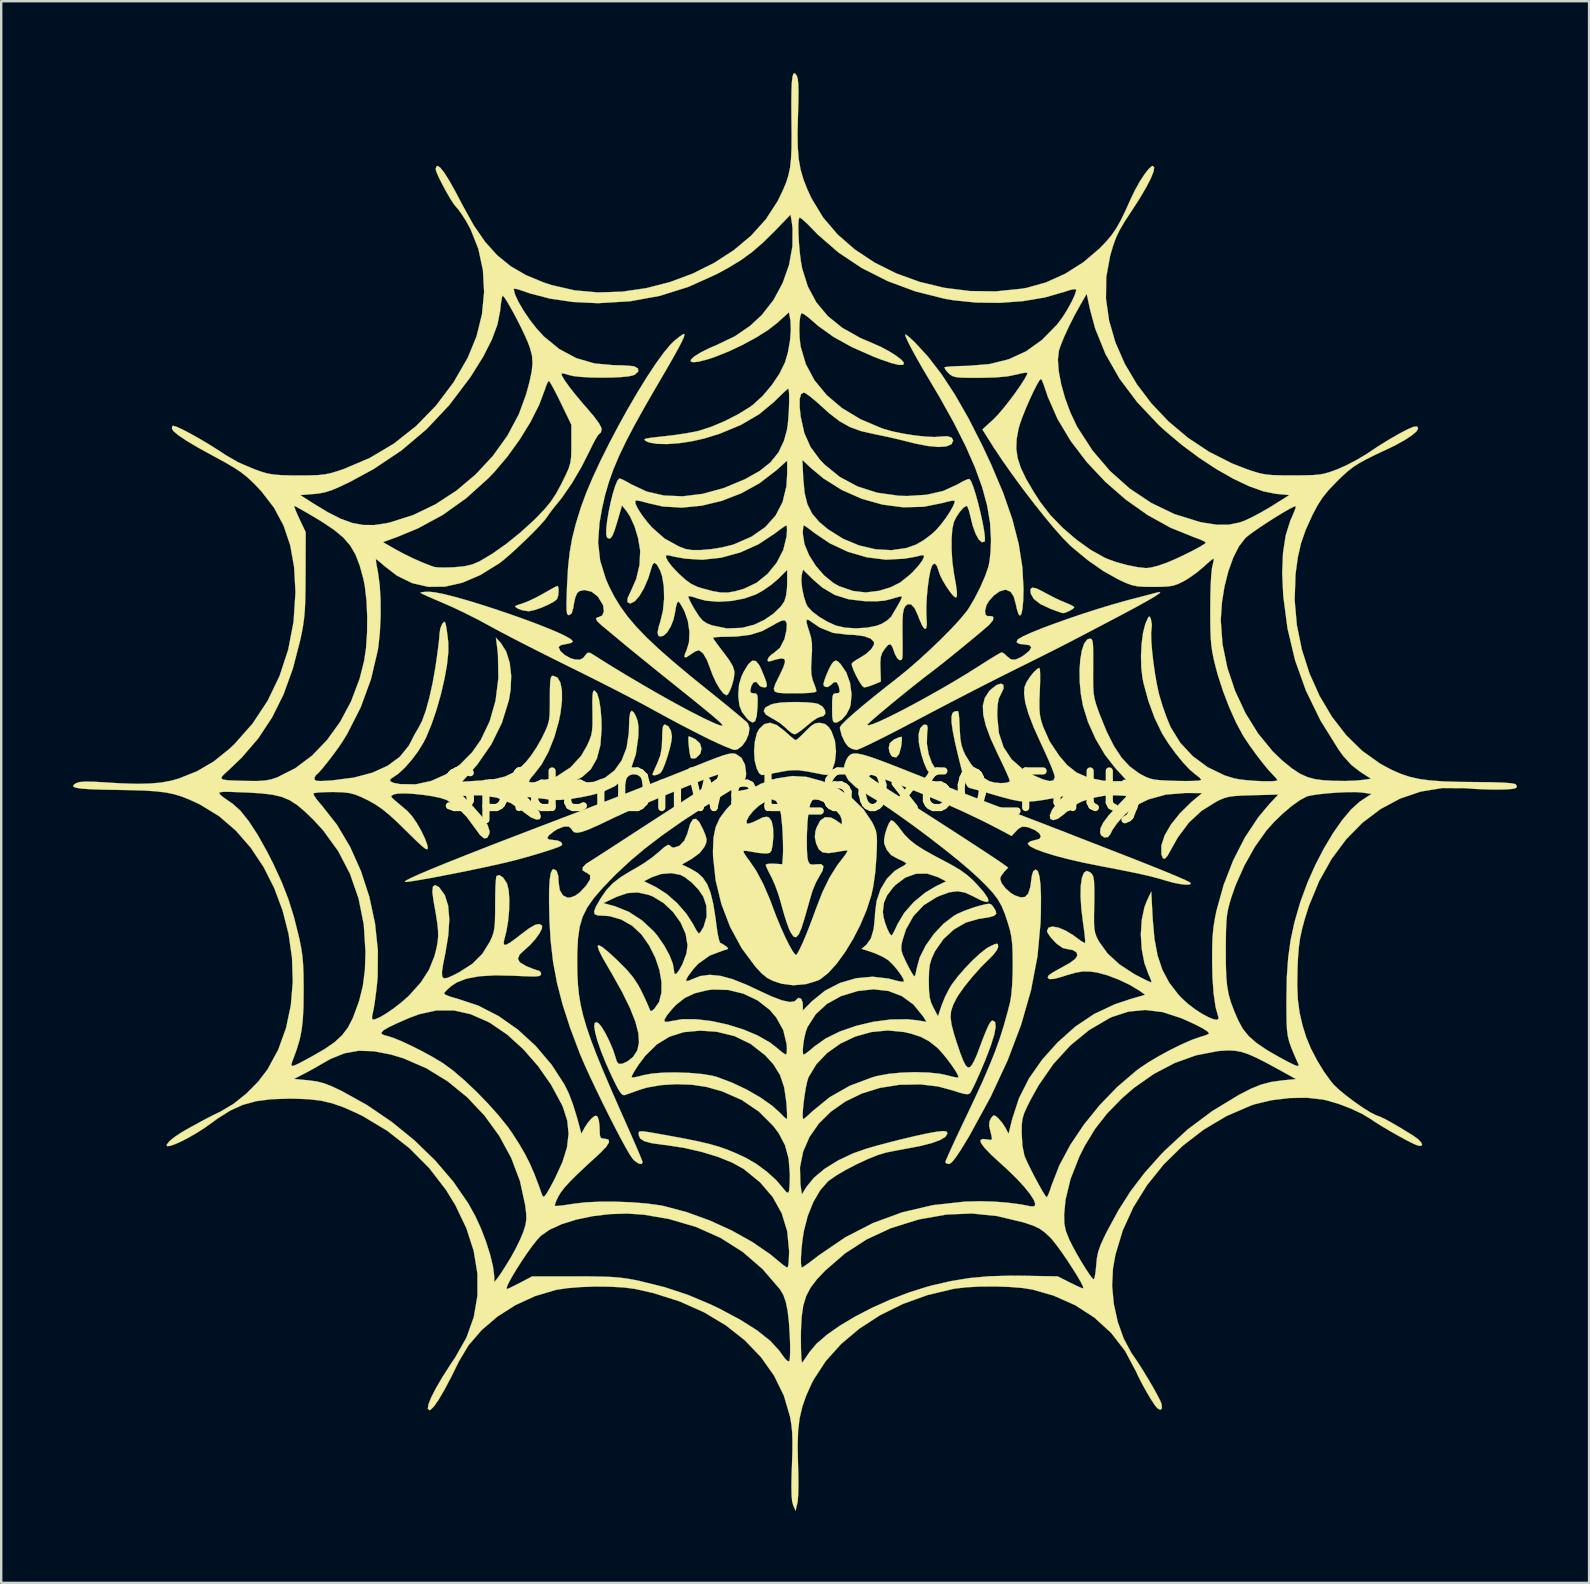
<source format=kicad_pcb>
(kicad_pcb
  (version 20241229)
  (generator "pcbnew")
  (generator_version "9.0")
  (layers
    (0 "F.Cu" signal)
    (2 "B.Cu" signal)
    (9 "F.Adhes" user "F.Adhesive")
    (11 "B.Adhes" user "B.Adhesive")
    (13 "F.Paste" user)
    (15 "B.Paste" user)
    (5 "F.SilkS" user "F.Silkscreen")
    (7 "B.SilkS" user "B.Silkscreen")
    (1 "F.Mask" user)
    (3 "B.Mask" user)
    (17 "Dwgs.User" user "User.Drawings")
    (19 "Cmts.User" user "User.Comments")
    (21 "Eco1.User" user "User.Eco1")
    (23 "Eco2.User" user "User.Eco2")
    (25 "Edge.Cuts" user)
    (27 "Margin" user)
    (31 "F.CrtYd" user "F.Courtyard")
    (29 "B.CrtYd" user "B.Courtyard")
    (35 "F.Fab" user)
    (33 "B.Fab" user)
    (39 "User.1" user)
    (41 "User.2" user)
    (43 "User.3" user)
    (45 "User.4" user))
  (footprint "SpiderOnWeb_60x60_Fully"
    (layer "F.Cu")
    (at 30.084 29.917)
    (property "Reference" "SpiderOnWeb_60x60_Fully" (at 0 0 0) (layer "F.SilkS") (effects (font (size 1.524 1.524) (thickness 0.3))))
    (attr through_hole)
    (fp_poly (pts (xy 4.448 -2.255) (xy 4.457 -2.16) (xy 4.439 -1.96) (xy 4.418 -1.822) (xy 4.339 -1.538) (xy 4.223 -1.403) (xy 4.078 -1.422) (xy 4.008 -1.479) (xy 3.933 -1.632) (xy 3.908 -1.805) (xy 3.954 -1.997) (xy 4.117 -2.138) (xy 4.159 -2.161) (xy 4.337 -2.239) (xy 4.442 -2.258) (xy 4.448 -2.255)) (stroke (width 0.01) (type solid)) (fill yes) (layer "F.SilkS"))
    (fp_poly (pts (xy -4.336 -2.246) (xy -4.164 -2.163) (xy -4.148 -2.155) (xy -3.962 -1.986) (xy -3.896 -1.768) (xy -3.947 -1.551) (xy -4.115 -1.386) (xy -4.175 -1.359) (xy -4.312 -1.357) (xy -4.352 -1.406) (xy -4.387 -1.571) (xy -4.418 -1.796) (xy -4.439 -2.026) (xy -4.445 -2.205) (xy -4.432 -2.279) (xy -4.431 -2.279) (xy -4.336 -2.246)) (stroke (width 0.01) (type solid)) (fill yes) (layer "F.SilkS"))
    (fp_poly (pts (xy 10.069 -8.441) (xy 10.363 -8.293) (xy 10.388 -8.279) (xy 10.708 -8.107) (xy 11.041 -7.946) (xy 11.255 -7.857) (xy 11.475 -7.764) (xy 11.615 -7.685) (xy 11.642 -7.655) (xy 11.577 -7.587) (xy 11.427 -7.5) (xy 11.264 -7.431) (xy 11.17 -7.413) (xy 11.068 -7.442) (xy 10.864 -7.512) (xy 10.665 -7.586) (xy 10.235 -7.786) (xy 9.952 -8.006) (xy 9.828 -8.22) (xy 9.81 -8.405) (xy 9.888 -8.478) (xy 10.069 -8.441)) (stroke (width 0.01) (type solid)) (fill yes) (layer "F.SilkS"))
    (fp_poly (pts (xy 5.505 -2.741) (xy 5.529 -2.633) (xy 5.509 -2.407) (xy 5.507 -2.396) (xy 5.497 -1.974) (xy 5.568 -1.542) (xy 5.705 -1.17) (xy 5.783 -1.041) (xy 5.893 -0.866) (xy 5.943 -0.741) (xy 5.943 -0.736) (xy 5.885 -0.66) (xy 5.746 -0.672) (xy 5.601 -0.753) (xy 5.491 -0.908) (xy 5.374 -1.18) (xy 5.267 -1.525) (xy 5.183 -1.9) (xy 5.161 -2.043) (xy 5.153 -2.372) (xy 5.22 -2.618) (xy 5.35 -2.752) (xy 5.428 -2.768) (xy 5.505 -2.741)) (stroke (width 0.01) (type solid)) (fill yes) (layer "F.SilkS"))
    (fp_poly (pts (xy -9.861 -8.48) (xy -9.853 -8.32) (xy -9.871 -8.139) (xy -9.914 -8.005) (xy -9.915 -8.003) (xy -10.041 -7.897) (xy -10.272 -7.77) (xy -10.555 -7.646) (xy -10.837 -7.547) (xy -11.064 -7.496) (xy -11.113 -7.493) (xy -11.361 -7.531) (xy -11.545 -7.6) (xy -11.652 -7.667) (xy -11.652 -7.713) (xy -11.527 -7.764) (xy -11.383 -7.807) (xy -11.134 -7.902) (xy -10.815 -8.051) (xy -10.495 -8.225) (xy -10.488 -8.229) (xy -10.224 -8.38) (xy -10.018 -8.493) (xy -9.906 -8.546) (xy -9.897 -8.548) (xy -9.861 -8.48)) (stroke (width 0.01) (type solid)) (fill yes) (layer "F.SilkS"))
    (fp_poly (pts (xy -5.278 -2.695) (xy -5.172 -2.512) (xy -5.129 -2.271) (xy -5.129 -2.264) (xy -5.154 -2.054) (xy -5.22 -1.765) (xy -5.313 -1.444) (xy -5.416 -1.138) (xy -5.517 -0.893) (xy -5.6 -0.758) (xy -5.605 -0.753) (xy -5.743 -0.677) (xy -5.879 -0.649) (xy -5.943 -0.682) (xy -5.943 -0.684) (xy -5.911 -0.769) (xy -5.829 -0.957) (xy -5.74 -1.152) (xy -5.615 -1.476) (xy -5.553 -1.805) (xy -5.537 -2.178) (xy -5.529 -2.495) (xy -5.504 -2.68) (xy -5.454 -2.759) (xy -5.417 -2.768) (xy -5.278 -2.695)) (stroke (width 0.01) (type solid)) (fill yes) (layer "F.SilkS"))
    (fp_poly (pts (xy 0.51 -3.693) (xy 0.814 -3.663) (xy 0.957 -3.632) (xy 1.144 -3.522) (xy 1.249 -3.371) (xy 1.263 -3.221) (xy 1.177 -3.117) (xy 1.062 -3.094) (xy 0.928 -3.042) (xy 0.723 -2.906) (xy 0.506 -2.727) (xy 0.282 -2.541) (xy 0.093 -2.409) (xy -0.017 -2.361) (xy -0.141 -2.416) (xy -0.312 -2.555) (xy -0.371 -2.616) (xy -0.605 -2.815) (xy -0.887 -2.993) (xy -0.957 -3.027) (xy -1.21 -3.181) (xy -1.303 -3.334) (xy -1.237 -3.477) (xy -1.013 -3.599) (xy -0.855 -3.646) (xy -0.6 -3.684) (xy -0.251 -3.704) (xy 0.137 -3.707) (xy 0.51 -3.693)) (stroke (width 0.01) (type solid)) (fill yes) (layer "F.SilkS"))
    (fp_poly (pts (xy -1.635 -5.419) (xy -1.493 -5.252) (xy -1.405 -5.072) (xy -1.264 -4.729) (xy -1.187 -4.508) (xy -1.171 -4.383) (xy -1.212 -4.327) (xy -1.3 -4.315) (xy -1.459 -4.366) (xy -1.517 -4.437) (xy -1.615 -4.549) (xy -1.733 -4.525) (xy -1.821 -4.376) (xy -1.864 -4.179) (xy -1.838 -4.092) (xy -1.727 -4.071) (xy -1.706 -4.071) (xy -1.621 -4.058) (xy -1.573 -3.997) (xy -1.555 -3.854) (xy -1.559 -3.594) (xy -1.564 -3.481) (xy -1.596 -3.12) (xy -1.662 -2.913) (xy -1.767 -2.854) (xy -1.916 -2.938) (xy -2.008 -3.03) (xy -2.207 -3.289) (xy -2.316 -3.559) (xy -2.358 -3.902) (xy -2.361 -4.056) (xy -2.332 -4.441) (xy -2.227 -4.782) (xy -2.133 -4.977) (xy -1.947 -5.283) (xy -1.783 -5.43) (xy -1.635 -5.419)) (stroke (width 0.01) (type solid)) (fill yes) (layer "F.SilkS"))
    (fp_poly (pts (xy 1.779 -5.407) (xy 1.902 -5.289) (xy 2.139 -4.939) (xy 2.295 -4.5) (xy 2.358 -4.03) (xy 2.318 -3.59) (xy 2.274 -3.445) (xy 2.133 -3.181) (xy 1.946 -2.972) (xy 1.755 -2.858) (xy 1.695 -2.849) (xy 1.619 -2.868) (xy 1.574 -2.945) (xy 1.553 -3.115) (xy 1.547 -3.41) (xy 1.547 -3.46) (xy 1.551 -3.772) (xy 1.568 -3.955) (xy 1.608 -4.043) (xy 1.68 -4.07) (xy 1.71 -4.071) (xy 1.83 -4.086) (xy 1.865 -4.163) (xy 1.829 -4.344) (xy 1.821 -4.376) (xy 1.736 -4.533) (xy 1.616 -4.532) (xy 1.506 -4.424) (xy 1.363 -4.331) (xy 1.273 -4.34) (xy 1.202 -4.383) (xy 1.186 -4.464) (xy 1.23 -4.625) (xy 1.3 -4.816) (xy 1.413 -5.078) (xy 1.527 -5.288) (xy 1.586 -5.366) (xy 1.684 -5.437) (xy 1.779 -5.407)) (stroke (width 0.01) (type solid)) (fill yes) (layer "F.SilkS"))
    (fp_poly (pts (xy -0.757 -2.747) (xy -0.433 -2.499) (xy -0.421 -2.488) (xy -0.212 -2.3) (xy -0.05 -2.166) (xy 0.03 -2.117) (xy 0.11 -2.171) (xy 0.266 -2.313) (xy 0.441 -2.489) (xy 0.655 -2.698) (xy 0.816 -2.806) (xy 0.97 -2.839) (xy 1.068 -2.835) (xy 1.264 -2.786) (xy 1.411 -2.658) (xy 1.523 -2.483) (xy 1.663 -2.098) (xy 1.71 -1.648) (xy 1.662 -1.204) (xy 1.569 -0.932) (xy 1.459 -0.741) (xy 1.348 -0.67) (xy 1.223 -0.677) (xy 1.033 -0.713) (xy 0.752 -0.767) (xy 0.509 -0.814) (xy 0.116 -0.869) (xy -0.239 -0.858) (xy -0.509 -0.814) (xy -0.818 -0.755) (xy -1.094 -0.702) (xy -1.242 -0.674) (xy -1.394 -0.666) (xy -1.493 -0.739) (xy -1.589 -0.928) (xy -1.596 -0.944) (xy -1.68 -1.271) (xy -1.705 -1.661) (xy -1.674 -2.056) (xy -1.591 -2.397) (xy -1.496 -2.582) (xy -1.278 -2.788) (xy -1.035 -2.843) (xy -0.757 -2.747)) (stroke (width 0.01) (type solid)) (fill yes) (layer "F.SilkS"))
    (fp_poly (pts (xy 2.795 -1.522) (xy 3.1 -1.433) (xy 3.503 -1.292) (xy 4.021 -1.095) (xy 4.671 -0.839) (xy 4.731 -0.815) (xy 5.502 -0.51) (xy 6.144 -0.256) (xy 6.681 -0.044) (xy 7.135 0.135) (xy 7.529 0.288) (xy 7.885 0.427) (xy 8.228 0.558) (xy 8.578 0.692) (xy 8.96 0.837) (xy 9.118 0.897) (xy 9.605 1.081) (xy 10.125 1.28) (xy 10.617 1.47) (xy 11.02 1.626) (xy 11.031 1.63) (xy 11.39 1.77) (xy 11.853 1.951) (xy 12.375 2.154) (xy 12.909 2.362) (xy 13.229 2.486) (xy 14.132 2.839) (xy 14.884 3.137) (xy 15.489 3.381) (xy 15.95 3.573) (xy 16.269 3.714) (xy 16.449 3.805) (xy 16.493 3.838) (xy 16.467 3.893) (xy 16.317 3.906) (xy 16.076 3.882) (xy 15.776 3.824) (xy 15.468 3.739) (xy 15.168 3.65) (xy 14.843 3.563) (xy 14.464 3.475) (xy 14.006 3.377) (xy 13.441 3.265) (xy 12.743 3.131) (xy 12.741 3.131) (xy 12.033 2.989) (xy 11.392 2.841) (xy 10.831 2.694) (xy 10.367 2.551) (xy 10.014 2.417) (xy 9.788 2.298) (xy 9.705 2.198) (xy 9.707 2.179) (xy 9.804 2.1) (xy 9.991 2.051) (xy 9.999 2.05) (xy 10.19 1.994) (xy 10.246 1.891) (xy 10.181 1.764) (xy 10.01 1.634) (xy 9.746 1.524) (xy 9.659 1.501) (xy 9.471 1.486) (xy 9.313 1.574) (xy 9.228 1.659) (xy 9.028 1.875) (xy 8.442 1.562) (xy 7.761 1.215) (xy 6.972 0.842) (xy 6.124 0.463) (xy 5.264 0.101) (xy 4.6 -0.163) (xy 3.991 -0.395) (xy 3.531 -0.564) (xy 3.217 -0.667) (xy 3.047 -0.704) (xy 3.018 -0.672) (xy 3.129 -0.569) (xy 3.376 -0.394) (xy 3.757 -0.144) (xy 4.214 0.147) (xy 4.698 0.454) (xy 5.228 0.793) (xy 5.784 1.15) (xy 6.345 1.511) (xy 6.889 1.863) (xy 7.396 2.193) (xy 7.845 2.487) (xy 8.215 2.731) (xy 8.486 2.912) (xy 8.615 3.001) (xy 8.884 3.194) (xy 8.716 3.373) (xy 8.595 3.534) (xy 8.548 3.656) (xy 8.613 3.844) (xy 8.777 4.06) (xy 9 4.255) (xy 9.156 4.349) (xy 9.407 4.435) (xy 9.591 4.414) (xy 9.722 4.271) (xy 9.81 3.994) (xy 9.867 3.568) (xy 9.87 3.542) (xy 9.93 3.343) (xy 10.027 3.273) (xy 10.118 3.333) (xy 10.187 3.548) (xy 10.232 3.911) (xy 10.252 4.417) (xy 10.248 5.058) (xy 10.234 5.492) (xy 10.108 6.88) (xy 9.839 8.294) (xy 9.425 9.74) (xy 8.864 11.222) (xy 8.154 12.748) (xy 7.294 14.324) (xy 7.183 14.511) (xy 6.905 14.967) (xy 6.691 15.286) (xy 6.534 15.476) (xy 6.429 15.548) (xy 6.418 15.549) (xy 6.293 15.511) (xy 6.269 15.465) (xy 6.302 15.37) (xy 6.398 15.151) (xy 6.544 14.827) (xy 6.732 14.421) (xy 6.953 13.953) (xy 7.115 13.613) (xy 7.511 12.777) (xy 7.84 12.057) (xy 8.112 11.426) (xy 8.34 10.857) (xy 8.532 10.322) (xy 8.699 9.794) (xy 8.853 9.246) (xy 8.968 8.792) (xy 9.015 8.503) (xy 9.051 8.093) (xy 9.072 7.604) (xy 9.076 7.246) (xy 9.071 6.753) (xy 9.053 6.377) (xy 9.018 6.074) (xy 8.959 5.796) (xy 8.885 5.537) (xy 8.747 5.121) (xy 8.611 4.792) (xy 8.45 4.51) (xy 8.24 4.235) (xy 7.954 3.928) (xy 7.641 3.62) (xy 7.27 3.283) (xy 6.798 2.884) (xy 6.251 2.444) (xy 5.659 1.985) (xy 5.049 1.528) (xy 4.449 1.094) (xy 3.889 0.704) (xy 3.396 0.379) (xy 3.006 0.145) (xy 2.535 -0.157) (xy 2.222 -0.453) (xy 2.063 -0.752) (xy 2.053 -1.06) (xy 2.138 -1.296) (xy 2.211 -1.42) (xy 2.296 -1.508) (xy 2.41 -1.557) (xy 2.571 -1.563) (xy 2.795 -1.522)) (stroke (width 0.01) (type solid)) (fill yes) (layer "F.SilkS"))
    (fp_poly (pts (xy 4.662 -18.994) (xy 4.812 -18.871) (xy 4.983 -18.71) (xy 5.551 -18.093) (xy 6.108 -17.368) (xy 6.662 -16.524) (xy 7.221 -15.549) (xy 7.79 -14.432) (xy 8.175 -13.61) (xy 8.678 -12.421) (xy 9.06 -11.319) (xy 9.325 -10.287) (xy 9.478 -9.308) (xy 9.524 -8.413) (xy 9.512 -7.946) (xy 9.482 -7.602) (xy 9.437 -7.386) (xy 9.38 -7.307) (xy 9.315 -7.373) (xy 9.246 -7.589) (xy 9.21 -7.76) (xy 9.118 -8.102) (xy 8.987 -8.303) (xy 8.804 -8.382) (xy 8.748 -8.385) (xy 8.526 -8.319) (xy 8.286 -8.147) (xy 8.078 -7.913) (xy 7.979 -7.737) (xy 7.92 -7.509) (xy 7.941 -7.345) (xy 8.034 -7.282) (xy 8.089 -7.293) (xy 8.227 -7.278) (xy 8.269 -7.236) (xy 8.25 -7.116) (xy 8.097 -6.932) (xy 8.013 -6.855) (xy 7.746 -6.627) (xy 7.398 -6.336) (xy 7.004 -6.012) (xy 6.599 -5.682) (xy 6.217 -5.375) (xy 5.895 -5.121) (xy 5.693 -4.966) (xy 5.406 -4.747) (xy 5.066 -4.481) (xy 4.696 -4.185) (xy 4.316 -3.877) (xy 3.947 -3.574) (xy 3.613 -3.295) (xy 3.333 -3.056) (xy 3.129 -2.876) (xy 3.023 -2.773) (xy 3.012 -2.756) (xy 3.079 -2.739) (xy 3.268 -2.797) (xy 3.563 -2.921) (xy 3.945 -3.101) (xy 4.398 -3.329) (xy 4.905 -3.596) (xy 5.448 -3.892) (xy 6.011 -4.208) (xy 6.576 -4.536) (xy 7.126 -4.867) (xy 7.643 -5.19) (xy 7.758 -5.264) (xy 8.077 -5.467) (xy 8.347 -5.632) (xy 8.539 -5.743) (xy 8.621 -5.78) (xy 8.718 -5.726) (xy 8.833 -5.617) (xy 8.998 -5.487) (xy 9.18 -5.473) (xy 9.416 -5.577) (xy 9.547 -5.661) (xy 9.769 -5.844) (xy 9.846 -5.985) (xy 9.776 -6.075) (xy 9.571 -6.106) (xy 9.342 -6.132) (xy 9.237 -6.203) (xy 9.274 -6.303) (xy 9.302 -6.327) (xy 9.499 -6.442) (xy 9.828 -6.592) (xy 10.266 -6.77) (xy 10.789 -6.967) (xy 11.371 -7.174) (xy 11.99 -7.384) (xy 12.62 -7.587) (xy 13.239 -7.774) (xy 13.821 -7.939) (xy 14.002 -7.987) (xy 14.386 -8.086) (xy 14.723 -8.174) (xy 14.976 -8.241) (xy 15.102 -8.275) (xy 15.222 -8.295) (xy 15.196 -8.246) (xy 15.025 -8.127) (xy 14.708 -7.939) (xy 14.244 -7.681) (xy 13.633 -7.354) (xy 13.229 -7.141) (xy 12.596 -6.809) (xy 12.08 -6.538) (xy 11.651 -6.315) (xy 11.282 -6.123) (xy 10.945 -5.951) (xy 10.611 -5.782) (xy 10.253 -5.602) (xy 9.843 -5.398) (xy 9.351 -5.154) (xy 8.996 -4.978) (xy 8.488 -4.723) (xy 7.873 -4.411) (xy 7.189 -4.059) (xy 6.473 -3.689) (xy 5.762 -3.317) (xy 5.093 -2.964) (xy 5.048 -2.94) (xy 4.478 -2.641) (xy 3.948 -2.367) (xy 3.477 -2.13) (xy 3.082 -1.937) (xy 2.784 -1.797) (xy 2.6 -1.721) (xy 2.554 -1.71) (xy 2.359 -1.762) (xy 2.216 -1.852) (xy 2.075 -2.04) (xy 1.951 -2.308) (xy 1.879 -2.573) (xy 1.872 -2.652) (xy 1.936 -2.752) (xy 2.12 -2.939) (xy 2.412 -3.204) (xy 2.803 -3.537) (xy 3.28 -3.928) (xy 3.833 -4.368) (xy 4.233 -4.681) (xy 4.679 -5.042) (xy 5.156 -5.456) (xy 5.639 -5.898) (xy 6.104 -6.345) (xy 6.527 -6.773) (xy 6.881 -7.158) (xy 7.144 -7.475) (xy 7.222 -7.584) (xy 7.471 -7.999) (xy 7.715 -8.476) (xy 7.923 -8.952) (xy 8.066 -9.361) (xy 8.067 -9.362) (xy 8.113 -9.612) (xy 8.149 -9.962) (xy 8.167 -10.353) (xy 8.169 -10.502) (xy 8.13 -11.183) (xy 8.008 -11.9) (xy 7.801 -12.664) (xy 7.502 -13.488) (xy 7.108 -14.383) (xy 6.613 -15.364) (xy 6.012 -16.441) (xy 5.568 -17.189) (xy 5.307 -17.629) (xy 5.069 -18.046) (xy 4.866 -18.417) (xy 4.711 -18.72) (xy 4.615 -18.93) (xy 4.59 -19.026) (xy 4.592 -19.028) (xy 4.662 -18.994)) (stroke (width 0.01) (type solid)) (fill yes) (layer "F.SilkS"))
    (fp_poly (pts (xy -2.533 -1.56) (xy -2.455 -1.539) (xy -2.23 -1.379) (xy -2.085 -1.099) (xy -2.037 -0.741) (xy -2.048 -0.587) (xy -2.096 -0.463) (xy -2.208 -0.343) (xy -2.409 -0.198) (xy -2.725 -0.000351) (xy -2.727 0.001) (xy -3.791 0.664) (xy -4.722 1.275) (xy -5.537 1.848) (xy -6.252 2.394) (xy -6.885 2.927) (xy -7.452 3.457) (xy -7.531 3.536) (xy -8.014 4.036) (xy -8.385 4.464) (xy -8.66 4.856) (xy -8.852 5.244) (xy -8.975 5.662) (xy -9.044 6.142) (xy -9.073 6.719) (xy -9.077 7.164) (xy -9.07 7.633) (xy -9.047 8.069) (xy -9.004 8.489) (xy -8.934 8.911) (xy -8.832 9.351) (xy -8.693 9.828) (xy -8.513 10.357) (xy -8.285 10.956) (xy -8.005 11.643) (xy -7.667 12.434) (xy -7.267 13.346) (xy -7.053 13.828) (xy -6.844 14.3) (xy -6.66 14.721) (xy -6.51 15.071) (xy -6.405 15.325) (xy -6.354 15.462) (xy -6.35 15.477) (xy -6.401 15.55) (xy -6.526 15.523) (xy -6.687 15.41) (xy -6.771 15.322) (xy -6.884 15.155) (xy -7.053 14.865) (xy -7.265 14.477) (xy -7.507 14.013) (xy -7.769 13.499) (xy -8.037 12.96) (xy -8.299 12.419) (xy -8.544 11.902) (xy -8.758 11.433) (xy -8.93 11.035) (xy -8.981 10.909) (xy -9.376 9.857) (xy -9.686 8.9) (xy -9.918 8.001) (xy -10.082 7.124) (xy -10.185 6.23) (xy -10.232 5.408) (xy -10.25 4.688) (xy -10.248 4.122) (xy -10.224 3.704) (xy -10.18 3.427) (xy -10.113 3.282) (xy -10.058 3.256) (xy -9.935 3.327) (xy -9.867 3.542) (xy -9.851 3.824) (xy -9.803 4.132) (xy -9.675 4.348) (xy -9.487 4.446) (xy -9.36 4.438) (xy -9.155 4.362) (xy -8.968 4.226) (xy -8.752 3.996) (xy -8.693 3.926) (xy -8.542 3.685) (xy -8.539 3.511) (xy -8.683 3.404) (xy -8.717 3.394) (xy -8.852 3.309) (xy -8.845 3.18) (xy -8.7 3.032) (xy -8.649 3) (xy -8.516 2.916) (xy -8.271 2.759) (xy -7.936 2.543) (xy -7.534 2.283) (xy -7.091 1.995) (xy -6.92 1.884) (xy -6.383 1.534) (xy -5.801 1.157) (xy -5.22 0.781) (xy -4.685 0.436) (xy -4.253 0.157) (xy -3.761 -0.161) (xy -3.402 -0.403) (xy -3.167 -0.572) (xy -3.05 -0.675) (xy -3.044 -0.718) (xy -3.141 -0.706) (xy -3.185 -0.694) (xy -3.446 -0.606) (xy -3.828 -0.464) (xy -4.302 -0.277) (xy -4.84 -0.059) (xy -5.415 0.179) (xy -5.999 0.426) (xy -6.563 0.669) (xy -7.079 0.898) (xy -7.52 1.1) (xy -7.715 1.194) (xy -8.225 1.437) (xy -8.61 1.606) (xy -8.891 1.706) (xy -9.085 1.74) (xy -9.212 1.714) (xy -9.29 1.632) (xy -9.311 1.584) (xy -9.427 1.482) (xy -9.632 1.484) (xy -9.896 1.587) (xy -10.035 1.672) (xy -10.257 1.846) (xy -10.327 1.963) (xy -10.245 2.025) (xy -10.115 2.037) (xy -9.889 2.066) (xy -9.74 2.138) (xy -9.703 2.231) (xy -9.729 2.27) (xy -9.84 2.326) (xy -10.077 2.413) (xy -10.408 2.521) (xy -10.801 2.642) (xy -11.224 2.764) (xy -11.645 2.879) (xy -12.033 2.976) (xy -12.049 2.98) (xy -12.522 3.087) (xy -13.046 3.201) (xy -13.597 3.316) (xy -14.153 3.428) (xy -14.689 3.533) (xy -15.183 3.626) (xy -15.612 3.702) (xy -15.95 3.757) (xy -16.176 3.787) (xy -16.266 3.788) (xy -16.215 3.735) (xy -16.011 3.627) (xy -15.654 3.466) (xy -15.143 3.249) (xy -14.48 2.979) (xy -13.664 2.654) (xy -12.696 2.275) (xy -11.575 1.843) (xy -10.302 1.356) (xy -10.054 1.261) (xy -8.862 0.806) (xy -7.703 0.36) (xy -6.606 -0.067) (xy -5.594 -0.463) (xy -4.694 -0.82) (xy -4.22 -1.011) (xy -3.695 -1.221) (xy -3.297 -1.375) (xy -3.005 -1.479) (xy -2.795 -1.54) (xy -2.645 -1.565) (xy -2.533 -1.56)) (stroke (width 0.01) (type solid)) (fill yes) (layer "F.SilkS"))
    (fp_poly (pts (xy 0.473 -0.589) (xy 1.148 -0.406) (xy 1.791 -0.105) (xy 2.37 0.292) (xy 2.853 0.764) (xy 3.209 1.289) (xy 3.218 1.307) (xy 3.312 1.5) (xy 3.373 1.665) (xy 3.406 1.842) (xy 3.417 2.071) (xy 3.41 2.392) (xy 3.396 2.725) (xy 3.345 3.393) (xy 3.258 3.997) (xy 3.179 4.355) (xy 2.983 4.962) (xy 2.725 5.575) (xy 2.421 6.169) (xy 2.087 6.717) (xy 1.738 7.196) (xy 1.393 7.578) (xy 1.065 7.838) (xy 0.948 7.9) (xy 0.453 8.051) (xy -0.071 8.097) (xy -0.556 8.033) (xy -0.57 8.029) (xy -0.905 7.92) (xy -1.156 7.793) (xy -1.38 7.612) (xy -1.637 7.337) (xy -1.646 7.327) (xy -2.222 6.552) (xy -2.699 5.673) (xy -3.065 4.721) (xy -3.307 3.728) (xy -3.415 2.727) (xy -3.419 2.503) (xy -2.15 2.503) (xy -2.127 2.583) (xy -2.023 2.746) (xy -1.92 2.88) (xy -1.62 3.318) (xy -1.319 3.884) (xy -1.036 4.545) (xy -0.952 4.773) (xy -0.776 5.237) (xy -0.59 5.686) (xy -0.406 6.094) (xy -0.235 6.436) (xy -0.091 6.687) (xy 0.015 6.822) (xy 0.048 6.838) (xy 0.1 6.77) (xy 0.197 6.591) (xy 0.317 6.338) (xy 0.321 6.33) (xy 0.448 6.03) (xy 0.604 5.637) (xy 0.764 5.212) (xy 0.853 4.966) (xy 1.142 4.221) (xy 1.44 3.608) (xy 1.762 3.095) (xy 1.936 2.868) (xy 2.087 2.672) (xy 2.176 2.531) (xy 2.188 2.487) (xy 2.097 2.483) (xy 1.9 2.511) (xy 1.765 2.537) (xy 1.401 2.59) (xy 1.153 2.558) (xy 0.99 2.428) (xy 0.883 2.19) (xy 0.827 1.923) (xy 0.85 1.686) (xy 0.901 1.52) (xy 1.055 1.229) (xy 1.258 1.091) (xy 1.505 1.109) (xy 1.7 1.214) (xy 1.954 1.395) (xy 1.954 1.216) (xy 1.891 1.03) (xy 1.727 0.828) (xy 1.498 0.635) (xy 1.243 0.475) (xy 0.997 0.373) (xy 0.798 0.353) (xy 0.713 0.394) (xy 0.632 0.559) (xy 0.568 0.862) (xy 0.521 1.281) (xy 0.497 1.792) (xy 0.494 1.995) (xy 0.497 2.444) (xy 0.514 2.753) (xy 0.554 2.945) (xy 0.625 3.044) (xy 0.736 3.071) (xy 0.867 3.056) (xy 1.093 3.049) (xy 1.187 3.138) (xy 1.149 3.323) (xy 1.023 3.541) (xy 0.874 3.81) (xy 0.739 4.133) (xy 0.696 4.263) (xy 0.611 4.559) (xy 0.505 4.93) (xy 0.402 5.292) (xy 0.271 5.712) (xy 0.156 5.978) (xy 0.049 6.094) (xy -0.059 6.068) (xy -0.174 5.904) (xy -0.243 5.76) (xy -0.335 5.515) (xy -0.444 5.175) (xy -0.548 4.806) (xy -0.57 4.722) (xy -0.683 4.335) (xy -0.823 3.946) (xy -0.961 3.629) (xy -0.983 3.588) (xy -1.109 3.345) (xy -1.195 3.157) (xy -1.221 3.078) (xy -1.149 3.04) (xy -0.967 3.028) (xy -0.875 3.031) (xy -0.529 3.053) (xy -0.502 2.687) (xy -0.496 2.445) (xy -0.501 2.097) (xy -0.517 1.7) (xy -0.531 1.477) (xy -0.583 0.97) (xy -0.668 0.617) (xy -0.794 0.411) (xy -0.968 0.345) (xy -1.199 0.414) (xy -1.495 0.609) (xy -1.533 0.639) (xy -1.748 0.84) (xy -1.917 1.051) (xy -2.013 1.235) (xy -2.012 1.352) (xy -2.008 1.357) (xy -1.908 1.356) (xy -1.72 1.287) (xy -1.583 1.219) (xy -1.339 1.102) (xy -1.179 1.073) (xy -1.078 1.108) (xy -0.974 1.259) (xy -0.914 1.531) (xy -0.901 1.888) (xy -0.935 2.259) (xy -0.978 2.476) (xy -1.045 2.576) (xy -1.177 2.603) (xy -1.246 2.603) (xy -1.511 2.582) (xy -1.795 2.534) (xy -1.807 2.531) (xy -2.012 2.496) (xy -2.138 2.497) (xy -2.15 2.503) (xy -3.419 2.503) (xy -3.419 2.486) (xy -3.395 1.942) (xy -3.307 1.508) (xy -3.137 1.133) (xy -2.865 0.768) (xy -2.6 0.491) (xy -2.047 0.044) (xy -1.426 -0.299) (xy -0.768 -0.525) (xy -0.108 -0.623) (xy 0.473 -0.589)) (stroke (width 0.01) (type solid)) (fill yes) (layer "F.SilkS"))
    (fp_poly (pts (xy -4.606 -19.015) (xy -4.638 -18.902) (xy -4.73 -18.702) (xy -4.887 -18.403) (xy -5.114 -17.996) (xy -5.417 -17.469) (xy -5.72 -16.951) (xy -6.239 -16.056) (xy -6.675 -15.273) (xy -7.037 -14.584) (xy -7.333 -13.965) (xy -7.573 -13.395) (xy -7.765 -12.855) (xy -7.918 -12.323) (xy -8.042 -11.776) (xy -8.144 -11.196) (xy -8.149 -11.167) (xy -8.207 -10.365) (xy -8.12 -9.597) (xy -7.883 -8.831) (xy -7.749 -8.525) (xy -7.528 -8.094) (xy -7.274 -7.681) (xy -6.975 -7.269) (xy -6.617 -6.847) (xy -6.187 -6.4) (xy -5.673 -5.915) (xy -5.06 -5.377) (xy -4.337 -4.773) (xy -3.656 -4.223) (xy -3.214 -3.868) (xy -2.811 -3.54) (xy -2.465 -3.255) (xy -2.195 -3.029) (xy -2.019 -2.876) (xy -1.962 -2.82) (xy -1.897 -2.625) (xy -1.931 -2.371) (xy -2.042 -2.107) (xy -2.205 -1.879) (xy -2.397 -1.735) (xy -2.513 -1.71) (xy -2.638 -1.744) (xy -2.878 -1.84) (xy -3.202 -1.983) (xy -3.579 -2.16) (xy -3.723 -2.231) (xy -4.206 -2.475) (xy -4.765 -2.765) (xy -5.333 -3.068) (xy -5.847 -3.349) (xy -5.903 -3.38) (xy -6.268 -3.579) (xy -6.749 -3.833) (xy -7.316 -4.127) (xy -7.94 -4.446) (xy -8.591 -4.774) (xy -9.238 -5.096) (xy -9.395 -5.173) (xy -10.026 -5.486) (xy -10.66 -5.804) (xy -11.268 -6.113) (xy -11.823 -6.399) (xy -12.296 -6.647) (xy -12.658 -6.842) (xy -12.741 -6.888) (xy -13.211 -7.142) (xy -13.739 -7.409) (xy -14.257 -7.656) (xy -14.643 -7.826) (xy -15.001 -7.978) (xy -15.303 -8.11) (xy -15.516 -8.208) (xy -15.612 -8.258) (xy -15.613 -8.259) (xy -15.567 -8.284) (xy -15.4 -8.301) (xy -15.251 -8.304) (xy -14.999 -8.278) (xy -14.64 -8.206) (xy -14.193 -8.094) (xy -13.679 -7.95) (xy -13.118 -7.779) (xy -12.53 -7.59) (xy -11.935 -7.389) (xy -11.353 -7.184) (xy -10.804 -6.98) (xy -10.308 -6.785) (xy -9.885 -6.607) (xy -9.556 -6.451) (xy -9.341 -6.325) (xy -9.258 -6.236) (xy -9.259 -6.227) (xy -9.344 -6.167) (xy -9.528 -6.125) (xy -9.564 -6.121) (xy -9.759 -6.078) (xy -9.849 -6.004) (xy -9.851 -5.993) (xy -9.781 -5.835) (xy -9.604 -5.672) (xy -9.37 -5.54) (xy -9.181 -5.483) (xy -8.967 -5.471) (xy -8.83 -5.543) (xy -8.762 -5.628) (xy -8.652 -5.756) (xy -8.548 -5.76) (xy -8.446 -5.702) (xy -7.767 -5.275) (xy -7.06 -4.844) (xy -6.346 -4.422) (xy -5.647 -4.019) (xy -4.984 -3.649) (xy -4.379 -3.324) (xy -3.854 -3.056) (xy -3.43 -2.856) (xy -3.23 -2.773) (xy -3.105 -2.73) (xy -3.034 -2.719) (xy -3.025 -2.748) (xy -3.087 -2.825) (xy -3.23 -2.96) (xy -3.462 -3.159) (xy -3.792 -3.432) (xy -4.23 -3.787) (xy -4.784 -4.232) (xy -4.966 -4.378) (xy -5.445 -4.762) (xy -5.919 -5.144) (xy -6.362 -5.503) (xy -6.747 -5.816) (xy -7.046 -6.062) (xy -7.164 -6.16) (xy -7.463 -6.409) (xy -7.746 -6.644) (xy -7.969 -6.828) (xy -8.039 -6.885) (xy -8.238 -7.07) (xy -8.298 -7.192) (xy -8.217 -7.244) (xy -8.185 -7.246) (xy -8.035 -7.312) (xy -7.966 -7.483) (xy -7.993 -7.714) (xy -8.016 -7.776) (xy -8.218 -8.104) (xy -8.479 -8.309) (xy -8.773 -8.373) (xy -8.802 -8.371) (xy -8.966 -8.337) (xy -9.076 -8.253) (xy -9.152 -8.085) (xy -9.214 -7.802) (xy -9.241 -7.632) (xy -9.308 -7.403) (xy -9.417 -7.327) (xy -9.418 -7.327) (xy -9.468 -7.342) (xy -9.501 -7.405) (xy -9.519 -7.537) (xy -9.524 -7.762) (xy -9.516 -8.104) (xy -9.5 -8.568) (xy -9.459 -9.306) (xy -9.391 -9.941) (xy -9.287 -10.531) (xy -9.135 -11.135) (xy -8.925 -11.812) (xy -8.9 -11.886) (xy -8.693 -12.445) (xy -8.424 -13.077) (xy -8.106 -13.762) (xy -7.749 -14.479) (xy -7.366 -15.206) (xy -6.969 -15.923) (xy -6.569 -16.608) (xy -6.179 -17.241) (xy -5.809 -17.8) (xy -5.473 -18.265) (xy -5.181 -18.614) (xy -5.027 -18.764) (xy -4.829 -18.923) (xy -4.679 -19.027) (xy -4.627 -19.05) (xy -4.606 -19.015)) (stroke (width 0.01) (type solid)) (fill yes) (layer "F.SilkS"))
    (fp_poly (pts (xy 0.072 -29.813) (xy 0.079 -29.802) (xy 0.115 -29.678) (xy 0.138 -29.46) (xy 0.146 -29.13) (xy 0.14 -28.671) (xy 0.124 -28.14) (xy 0.106 -27.423) (xy 0.115 -26.833) (xy 0.155 -26.336) (xy 0.233 -25.897) (xy 0.354 -25.481) (xy 0.523 -25.055) (xy 0.695 -24.688) (xy 1.168 -23.907) (xy 1.773 -23.197) (xy 2.495 -22.567) (xy 3.317 -22.023) (xy 4.223 -21.571) (xy 5.198 -21.218) (xy 6.224 -20.971) (xy 7.286 -20.837) (xy 8.367 -20.823) (xy 9.451 -20.934) (xy 9.656 -20.97) (xy 10.463 -21.196) (xy 11.264 -21.559) (xy 12.022 -22.039) (xy 12.697 -22.614) (xy 12.707 -22.625) (xy 12.976 -22.905) (xy 13.196 -23.167) (xy 13.388 -23.446) (xy 13.575 -23.777) (xy 13.778 -24.194) (xy 13.99 -24.667) (xy 14.172 -25.045) (xy 14.371 -25.401) (xy 14.568 -25.705) (xy 14.743 -25.928) (xy 14.877 -26.043) (xy 14.911 -26.051) (xy 14.971 -25.988) (xy 14.941 -25.808) (xy 14.826 -25.525) (xy 14.633 -25.152) (xy 14.368 -24.702) (xy 14.038 -24.189) (xy 14.004 -24.138) (xy 13.731 -23.721) (xy 13.532 -23.382) (xy 13.383 -23.07) (xy 13.26 -22.733) (xy 13.138 -22.32) (xy 13.135 -22.307) (xy 12.973 -21.421) (xy 12.961 -20.514) (xy 13.092 -19.6) (xy 13.356 -18.692) (xy 13.744 -17.805) (xy 14.249 -16.951) (xy 14.861 -16.144) (xy 15.572 -15.397) (xy 16.373 -14.724) (xy 17.255 -14.139) (xy 18.211 -13.654) (xy 18.839 -13.409) (xy 19.142 -13.307) (xy 19.392 -13.236) (xy 19.631 -13.191) (xy 19.902 -13.166) (xy 20.246 -13.155) (xy 20.707 -13.153) (xy 20.76 -13.153) (xy 21.231 -13.156) (xy 21.581 -13.166) (xy 21.847 -13.188) (xy 22.072 -13.229) (xy 22.294 -13.294) (xy 22.555 -13.389) (xy 22.599 -13.405) (xy 22.982 -13.575) (xy 23.415 -13.801) (xy 23.82 -14.043) (xy 23.916 -14.107) (xy 24.35 -14.394) (xy 24.785 -14.663) (xy 25.189 -14.895) (xy 25.528 -15.072) (xy 25.77 -15.175) (xy 25.787 -15.18) (xy 25.93 -15.194) (xy 25.97 -15.105) (xy 25.899 -14.984) (xy 25.702 -14.817) (xy 25.405 -14.622) (xy 25.031 -14.415) (xy 24.749 -14.277) (xy 24.229 -14.034) (xy 23.828 -13.836) (xy 23.515 -13.664) (xy 23.259 -13.498) (xy 23.029 -13.319) (xy 22.794 -13.106) (xy 22.588 -12.904) (xy 22.247 -12.549) (xy 21.992 -12.236) (xy 21.778 -11.906) (xy 21.565 -11.501) (xy 21.554 -11.479) (xy 21.282 -10.877) (xy 21.09 -10.324) (xy 20.959 -9.752) (xy 20.869 -9.094) (xy 20.859 -8.996) (xy 20.825 -7.954) (xy 20.917 -6.91) (xy 21.127 -5.883) (xy 21.446 -4.892) (xy 21.866 -3.957) (xy 22.377 -3.096) (xy 22.971 -2.328) (xy 23.639 -1.673) (xy 24.373 -1.149) (xy 24.472 -1.092) (xy 24.866 -0.883) (xy 25.236 -0.719) (xy 25.61 -0.593) (xy 26.015 -0.501) (xy 26.478 -0.438) (xy 27.026 -0.399) (xy 27.687 -0.379) (xy 28.347 -0.372) (xy 29 -0.365) (xy 29.493 -0.349) (xy 29.829 -0.325) (xy 30.012 -0.291) (xy 30.043 -0.274) (xy 30.091 -0.175) (xy 30.036 -0.119) (xy 29.896 -0.086) (xy 29.626 -0.066) (xy 29.26 -0.059) (xy 28.832 -0.065) (xy 28.374 -0.084) (xy 27.924 -0.117) (xy 26.982 -0.123) (xy 26.076 0.025) (xy 25.214 0.319) (xy 24.403 0.754) (xy 23.652 1.322) (xy 22.97 2.016) (xy 22.365 2.83) (xy 21.845 3.757) (xy 21.418 4.789) (xy 21.244 5.339) (xy 21.131 5.762) (xy 21.051 6.135) (xy 20.999 6.515) (xy 20.964 6.958) (xy 20.945 7.374) (xy 20.932 8.089) (xy 20.958 8.694) (xy 21.03 9.237) (xy 21.152 9.768) (xy 21.305 10.258) (xy 21.495 10.72) (xy 21.756 11.223) (xy 22.053 11.71) (xy 22.352 12.12) (xy 22.457 12.243) (xy 22.677 12.453) (xy 22.977 12.7) (xy 23.318 12.957) (xy 23.661 13.196) (xy 23.967 13.388) (xy 24.198 13.506) (xy 24.227 13.517) (xy 24.393 13.58) (xy 24.59 13.673) (xy 24.842 13.81) (xy 25.175 14.004) (xy 25.613 14.27) (xy 25.746 14.351) (xy 25.968 14.511) (xy 26.102 14.654) (xy 26.139 14.756) (xy 26.065 14.795) (xy 25.95 14.774) (xy 25.778 14.702) (xy 25.507 14.566) (xy 25.173 14.385) (xy 24.814 14.182) (xy 24.468 13.977) (xy 24.172 13.792) (xy 24.006 13.679) (xy 23.641 13.458) (xy 23.173 13.238) (xy 22.662 13.042) (xy 22.167 12.896) (xy 21.997 12.859) (xy 21.336 12.785) (xy 20.602 12.797) (xy 19.857 12.889) (xy 19.163 13.055) (xy 19.009 13.106) (xy 17.991 13.545) (xy 17.035 14.112) (xy 16.155 14.791) (xy 15.364 15.567) (xy 14.675 16.424) (xy 14.102 17.346) (xy 13.658 18.318) (xy 13.355 19.324) (xy 13.252 19.903) (xy 13.216 20.622) (xy 13.287 21.378) (xy 13.452 22.129) (xy 13.701 22.827) (xy 14.025 23.429) (xy 14.096 23.531) (xy 14.279 23.798) (xy 14.491 24.13) (xy 14.711 24.492) (xy 14.92 24.849) (xy 15.098 25.169) (xy 15.224 25.416) (xy 15.277 25.546) (xy 15.293 25.732) (xy 15.226 25.792) (xy 15.106 25.729) (xy 14.998 25.599) (xy 14.841 25.361) (xy 14.658 25.054) (xy 14.471 24.716) (xy 14.303 24.386) (xy 14.207 24.179) (xy 13.753 23.33) (xy 13.177 22.587) (xy 12.484 21.952) (xy 11.681 21.432) (xy 10.773 21.03) (xy 9.903 20.781) (xy 9.475 20.713) (xy 8.936 20.67) (xy 8.336 20.65) (xy 7.725 20.655) (xy 7.153 20.684) (xy 6.669 20.739) (xy 6.603 20.751) (xy 5.52 21.01) (xy 4.494 21.38) (xy 3.541 21.851) (xy 2.678 22.411) (xy 1.92 23.05) (xy 1.283 23.758) (xy 0.783 24.523) (xy 0.689 24.705) (xy 0.465 25.203) (xy 0.302 25.671) (xy 0.192 26.147) (xy 0.13 26.668) (xy 0.11 27.272) (xy 0.125 27.997) (xy 0.126 28.038) (xy 0.14 28.535) (xy 0.142 28.986) (xy 0.132 29.357) (xy 0.111 29.613) (xy 0.1 29.674) (xy 0.023 30) (xy -0.079 29.755) (xy -0.118 29.605) (xy -0.141 29.369) (xy -0.149 29.028) (xy -0.142 28.56) (xy -0.127 28.121) (xy -0.109 27.543) (xy -0.106 27.09) (xy -0.118 26.726) (xy -0.149 26.415) (xy -0.198 26.119) (xy -0.204 26.086) (xy -0.464 25.2) (xy -0.871 24.369) (xy -1.416 23.598) (xy -2.089 22.896) (xy -2.882 22.271) (xy -3.785 21.73) (xy -4.79 21.28) (xy -5.886 20.929) (xy -6.676 20.751) (xy -7.138 20.692) (xy -7.707 20.66) (xy -8.327 20.654) (xy -8.946 20.676) (xy -9.51 20.723) (xy -9.965 20.794) (xy -10.831 21.051) (xy -11.651 21.427) (xy -12.402 21.905) (xy -13.061 22.469) (xy -13.606 23.101) (xy -14.004 23.765) (xy -14.329 24.424) (xy -14.615 24.964) (xy -14.857 25.377) (xy -15.052 25.656) (xy -15.194 25.793) (xy -15.238 25.807) (xy -15.304 25.744) (xy -15.276 25.563) (xy -15.161 25.275) (xy -14.965 24.892) (xy -14.691 24.425) (xy -14.347 23.885) (xy -14.154 23.598) (xy -13.693 22.783) (xy -13.387 21.925) (xy -13.234 21.032) (xy -13.235 20.757) (xy -12.017 20.757) (xy -12.007 20.76) (xy -11.918 20.725) (xy -11.726 20.632) (xy -11.471 20.503) (xy -11.456 20.495) (xy -10.95 20.23) (xy -9.159 20.23) (xy -8.539 20.232) (xy -8.049 20.24) (xy -7.656 20.255) (xy -7.327 20.28) (xy -7.031 20.317) (xy -6.732 20.369) (xy -6.475 20.422) (xy -5.426 20.683) (xy -4.462 21.001) (xy -3.507 21.404) (xy -3.134 21.583) (xy -2.271 22.044) (xy -1.568 22.49) (xy -1.026 22.922) (xy -0.646 23.339) (xy -0.596 23.412) (xy -0.411 23.665) (xy -0.289 23.773) (xy -0.235 23.758) (xy -0.213 23.638) (xy -0.202 23.394) (xy -0.203 23.067) (xy -0.211 22.829) (xy 0.245 22.829) (xy 0.249 23.215) (xy 0.258 23.53) (xy 0.273 23.744) (xy 0.292 23.829) (xy 0.296 23.829) (xy 0.366 23.736) (xy 0.493 23.553) (xy 0.602 23.389) (xy 0.898 23.037) (xy 1.331 22.663) (xy 1.878 22.28) (xy 2.517 21.9) (xy 3.223 21.535) (xy 3.976 21.198) (xy 4.751 20.901) (xy 5.528 20.657) (xy 5.71 20.608) (xy 6.508 20.425) (xy 7.285 20.299) (xy 8.09 20.226) (xy 8.976 20.201) (xy 9.494 20.205) (xy 10.95 20.23) (xy 11.472 20.495) (xy 11.73 20.621) (xy 11.925 20.706) (xy 12.018 20.735) (xy 12.02 20.734) (xy 12.002 20.646) (xy 11.906 20.455) (xy 11.75 20.188) (xy 11.553 19.873) (xy 11.334 19.539) (xy 11.109 19.212) (xy 10.897 18.922) (xy 10.718 18.696) (xy 10.631 18.601) (xy 10.406 18.392) (xy 10.198 18.243) (xy 9.953 18.125) (xy 9.62 18.01) (xy 9.484 17.969) (xy 8.417 17.715) (xy 7.934 17.666) (xy 11.216 17.666) (xy 11.226 18.038) (xy 11.293 18.352) (xy 11.426 18.684) (xy 11.57 18.974) (xy 11.747 19.298) (xy 11.938 19.626) (xy 12.124 19.926) (xy 12.285 20.167) (xy 12.403 20.318) (xy 12.451 20.353) (xy 12.487 20.278) (xy 12.523 20.081) (xy 12.552 19.802) (xy 12.555 19.762) (xy 12.585 19.455) (xy 12.643 19.186) (xy 12.745 18.902) (xy 12.907 18.55) (xy 12.982 18.399) (xy 13.478 17.48) (xy 13.995 16.67) (xy 14.572 15.914) (xy 15.246 15.159) (xy 15.411 14.989) (xy 16.358 14.113) (xy 17.395 13.338) (xy 18.496 12.67) (xy 18.997 12.412) (xy 19.426 12.238) (xy 19.84 12.128) (xy 20.295 12.064) (xy 20.312 12.062) (xy 20.882 12.008) (xy 20.23 11.647) (xy 19.688 11.351) (xy 19.256 11.129) (xy 18.905 10.973) (xy 18.607 10.874) (xy 18.333 10.824) (xy 18.053 10.812) (xy 17.739 10.831) (xy 17.593 10.846) (xy 16.71 11.018) (xy 15.822 11.338) (xy 14.951 11.795) (xy 14.121 12.378) (xy 13.626 12.808) (xy 13.004 13.447) (xy 12.499 14.092) (xy 12.071 14.799) (xy 11.847 15.248) (xy 11.484 16.169) (xy 11.273 17.044) (xy 11.216 17.666) (xy 7.934 17.666) (xy 7.373 17.609) (xy 6.322 17.652) (xy 5.234 17.843) (xy 5.1 17.875) (xy 3.992 18.222) (xy 2.991 18.686) (xy 2.083 19.274) (xy 1.261 19.986) (xy 0.911 20.355) (xy 0.65 20.698) (xy 0.466 21.049) (xy 0.345 21.443) (xy 0.277 21.912) (xy 0.248 22.492) (xy 0.245 22.829) (xy -0.211 22.829) (xy -0.212 22.798) (xy -0.25 22.169) (xy -0.305 21.677) (xy -0.382 21.298) (xy -0.484 21.006) (xy -0.619 20.776) (xy -0.625 20.768) (xy -1.351 19.925) (xy -2.178 19.21) (xy -3.105 18.623) (xy -4.131 18.166) (xy -5.256 17.837) (xy -6.302 17.658) (xy -6.998 17.612) (xy -7.719 17.635) (xy -8.434 17.721) (xy -9.112 17.862) (xy -9.722 18.053) (xy -10.232 18.286) (xy -10.59 18.536) (xy -10.747 18.704) (xy -10.943 18.952) (xy -11.161 19.254) (xy -11.384 19.584) (xy -11.598 19.916) (xy -11.784 20.226) (xy -11.927 20.486) (xy -12.01 20.672) (xy -12.017 20.757) (xy -13.235 20.757) (xy -13.236 20.111) (xy -13.39 19.171) (xy -13.698 18.217) (xy -14.157 17.258) (xy -14.544 16.626) (xy -15.245 15.715) (xy -16.072 14.884) (xy -17.001 14.157) (xy -18.007 13.554) (xy -18.249 13.434) (xy -18.794 13.191) (xy -19.278 13.019) (xy -19.75 12.908) (xy -20.264 12.847) (xy -20.871 12.823) (xy -21.085 12.822) (xy -21.832 12.847) (xy -22.462 12.929) (xy -23.016 13.082) (xy -23.535 13.317) (xy -24.059 13.647) (xy -24.274 13.804) (xy -24.604 14.04) (xy -24.945 14.257) (xy -25.277 14.449) (xy -25.583 14.607) (xy -25.846 14.724) (xy -26.046 14.792) (xy -26.166 14.803) (xy -26.189 14.749) (xy -26.095 14.624) (xy -26.032 14.561) (xy -25.838 14.408) (xy -25.566 14.228) (xy -25.34 14.096) (xy -25.06 13.943) (xy -24.809 13.805) (xy -24.667 13.727) (xy -24.491 13.634) (xy -24.226 13.5) (xy -23.928 13.355) (xy -23.927 13.354) (xy -23.396 13.037) (xy -22.862 12.609) (xy -22.372 12.114) (xy -22.287 12.002) (xy -20.882 12.002) (xy -20.278 12.059) (xy -19.941 12.104) (xy -19.633 12.182) (xy -19.299 12.312) (xy -18.902 12.499) (xy -17.83 13.095) (xy -16.809 13.791) (xy -15.856 14.566) (xy -14.994 15.403) (xy -14.243 16.281) (xy -13.621 17.183) (xy -13.324 17.719) (xy -13.087 18.236) (xy -12.877 18.785) (xy -12.707 19.324) (xy -12.589 19.811) (xy -12.537 20.205) (xy -12.535 20.256) (xy -12.534 20.475) (xy -12.374 20.271) (xy -12.26 20.108) (xy -12.094 19.85) (xy -11.906 19.546) (xy -11.846 19.446) (xy -11.651 19.094) (xy -11.469 18.725) (xy -11.335 18.41) (xy -11.317 18.36) (xy -11.235 18.093) (xy -11.198 17.865) (xy -11.203 17.61) (xy -11.243 17.272) (xy -11.461 16.263) (xy -11.827 15.292) (xy -12.326 14.374) (xy -12.943 13.525) (xy -13.665 12.761) (xy -14.477 12.099) (xy -15.365 11.555) (xy -16.315 11.143) (xy -16.84 10.984) (xy -17.554 10.846) (xy -18.19 10.827) (xy -18.783 10.934) (xy -19.367 11.171) (xy -19.702 11.361) (xy -19.939 11.5) (xy -20.239 11.666) (xy -20.435 11.77) (xy -20.882 12.002) (xy -22.287 12.002) (xy -21.986 11.609) (xy -21.535 10.777) (xy -21.212 9.877) (xy -21.012 8.927) (xy -20.931 7.945) (xy -20.964 6.949) (xy -21.107 5.955) (xy -21.355 4.983) (xy -21.703 4.048) (xy -22.147 3.17) (xy -22.682 2.365) (xy -23.304 1.651) (xy -24.007 1.046) (xy -24.789 0.568) (xy -24.864 0.531) (xy -25.229 0.363) (xy -25.557 0.232) (xy -25.878 0.134) (xy -25.975 0.114) (xy -23.994 0.114) (xy -23.88 0.222) (xy -23.645 0.39) (xy -23.428 0.54) (xy -23.114 0.823) (xy -22.767 1.257) (xy -22.392 1.831) (xy -21.996 2.54) (xy -21.736 3.053) (xy -21.391 3.804) (xy -21.114 4.515) (xy -20.883 5.253) (xy -20.675 6.084) (xy -20.661 6.146) (xy -20.588 6.505) (xy -20.536 6.844) (xy -20.503 7.208) (xy -20.485 7.637) (xy -20.479 8.176) (xy -20.479 8.345) (xy -20.486 8.993) (xy -20.513 9.518) (xy -20.563 9.96) (xy -20.644 10.359) (xy -20.761 10.754) (xy -20.885 11.094) (xy -20.96 11.29) (xy -20.992 11.412) (xy -20.963 11.462) (xy -20.855 11.438) (xy -20.647 11.339) (xy -20.321 11.165) (xy -20.152 11.073) (xy -19.608 10.76) (xy -19.191 10.472) (xy -18.877 10.182) (xy -18.787 10.064) (xy -17.238 10.064) (xy -17.219 10.133) (xy -17.095 10.186) (xy -17.003 10.207) (xy -16.755 10.284) (xy -16.405 10.427) (xy -15.991 10.62) (xy -15.548 10.843) (xy -15.115 11.079) (xy -14.728 11.31) (xy -14.652 11.359) (xy -14.244 11.659) (xy -13.777 12.059) (xy -13.283 12.527) (xy -12.795 13.029) (xy -12.346 13.531) (xy -11.97 14) (xy -11.795 14.247) (xy -11.498 14.71) (xy -11.259 15.118) (xy -11.057 15.516) (xy -10.868 15.949) (xy -10.672 16.465) (xy -10.537 16.845) (xy -10.498 16.908) (xy -10.441 16.892) (xy -10.353 16.78) (xy -10.222 16.555) (xy -10.034 16.203) (xy -10.011 16.16) (xy -9.693 15.469) (xy -9.502 14.852) (xy -9.436 14.283) (xy -9.491 13.737) (xy -9.667 13.188) (xy -9.722 13.063) (xy -10.167 12.24) (xy -10.71 11.462) (xy -11.328 10.757) (xy -11.994 10.154) (xy -12.684 9.681) (xy -12.797 9.619) (xy -13.519 9.302) (xy -14.224 9.144) (xy -14.93 9.144) (xy -15.653 9.301) (xy -16.079 9.459) (xy -16.574 9.675) (xy -16.925 9.842) (xy -17.144 9.969) (xy -17.238 10.064) (xy -18.787 10.064) (xy -18.637 9.866) (xy -18.445 9.499) (xy -18.412 9.423) (xy -18.17 8.762) (xy -18.011 8.125) (xy -17.925 7.453) (xy -17.9 6.716) (xy -17.972 5.568) (xy -18.19 4.476) (xy -18.548 3.449) (xy -19.042 2.499) (xy -19.668 1.636) (xy -20.078 1.192) (xy -20.44 0.844) (xy -20.757 0.578) (xy -21.061 0.383) (xy -21.385 0.247) (xy -21.761 0.157) (xy -22.222 0.1) (xy -22.239 0.099) (xy -20.071 0.099) (xy -20.049 0.182) (xy -19.937 0.349) (xy -19.757 0.565) (xy -19.726 0.599) (xy -19.091 1.406) (xy -18.542 2.328) (xy -18.09 3.34) (xy -17.74 4.415) (xy -17.503 5.526) (xy -17.385 6.648) (xy -17.395 7.753) (xy -17.418 8.02) (xy -17.464 8.421) (xy -17.513 8.786) (xy -17.558 9.072) (xy -17.589 9.215) (xy -17.628 9.404) (xy -17.622 9.514) (xy -17.619 9.518) (xy -17.511 9.519) (xy -17.308 9.433) (xy -17.041 9.277) (xy -16.739 9.07) (xy -16.429 8.831) (xy -16.141 8.58) (xy -16.07 8.511) (xy -15.596 7.981) (xy -15.256 7.454) (xy -15.027 6.887) (xy -14.939 6.541) (xy -14.895 6.296) (xy -14.873 6.064) (xy -14.877 5.812) (xy -14.909 5.505) (xy -14.97 5.109) (xy -15.063 4.589) (xy -15.066 4.573) (xy -15.113 4.211) (xy -15.093 3.993) (xy -15.007 3.92) (xy -14.857 3.994) (xy -14.824 4.023) (xy -14.595 4.338) (xy -14.456 4.782) (xy -14.408 5.35) (xy -14.452 6.034) (xy -14.572 6.757) (xy -14.666 7.221) (xy -14.714 7.542) (xy -14.706 7.733) (xy -14.632 7.809) (xy -14.48 7.787) (xy -14.239 7.68) (xy -13.998 7.556) (xy -13.447 7.203) (xy -13.026 6.782) (xy -12.711 6.269) (xy -12.624 6.075) (xy -12.564 5.899) (xy -12.527 5.702) (xy -12.506 5.448) (xy -12.498 5.1) (xy -12.496 4.709) (xy -12.492 4.298) (xy -12.482 3.947) (xy -12.465 3.687) (xy -12.445 3.55) (xy -12.439 3.538) (xy -12.314 3.507) (xy -12.167 3.607) (xy -12.026 3.816) (xy -11.994 3.886) (xy -11.932 4.15) (xy -11.906 4.526) (xy -11.915 4.965) (xy -11.956 5.42) (xy -12.028 5.845) (xy -12.082 6.055) (xy -12.138 6.279) (xy -12.132 6.399) (xy -12.05 6.414) (xy -11.88 6.324) (xy -11.609 6.126) (xy -11.429 5.984) (xy -11.084 5.726) (xy -10.833 5.581) (xy -10.661 5.542) (xy -10.552 5.604) (xy -10.54 5.622) (xy -10.55 5.744) (xy -10.654 5.941) (xy -10.825 6.177) (xy -11.038 6.415) (xy -11.249 6.605) (xy -11.476 6.819) (xy -11.549 6.992) (xy -11.467 7.142) (xy -11.225 7.287) (xy -11.158 7.317) (xy -10.917 7.414) (xy -10.732 7.477) (xy -10.67 7.49) (xy -10.595 7.556) (xy -10.583 7.623) (xy -10.598 7.676) (xy -10.658 7.71) (xy -10.788 7.727) (xy -11.012 7.728) (xy -11.356 7.717) (xy -11.707 7.7) (xy -12.502 7.683) (xy -13.155 7.722) (xy -13.681 7.819) (xy -14.09 7.975) (xy -14.319 8.124) (xy -14.497 8.281) (xy -14.612 8.405) (xy -14.63 8.435) (xy -14.57 8.491) (xy -14.389 8.566) (xy -14.122 8.644) (xy -14.076 8.655) (xy -13.205 8.944) (xy -12.356 9.38) (xy -11.55 9.946) (xy -10.807 10.627) (xy -10.147 11.406) (xy -9.618 12.22) (xy -9.434 12.591) (xy -9.26 13.046) (xy -9.084 13.615) (xy -8.979 14.003) (xy -8.904 14.287) (xy -8.775 14.043) (xy -8.627 13.817) (xy -8.47 13.639) (xy -8.336 13.537) (xy -8.256 13.55) (xy -8.219 13.599) (xy -8.173 13.748) (xy -8.146 13.988) (xy -8.142 14.104) (xy -8.134 14.338) (xy -8.096 14.452) (xy -8.006 14.489) (xy -7.938 14.491) (xy -7.774 14.527) (xy -7.749 14.638) (xy -7.864 14.824) (xy -8.118 15.09) (xy -8.202 15.167) (xy -8.7 15.623) (xy -9.089 15.99) (xy -9.385 16.285) (xy -9.602 16.524) (xy -9.756 16.723) (xy -9.859 16.892) (xy -9.961 17.105) (xy -10.01 17.254) (xy -10.008 17.291) (xy -9.915 17.296) (xy -9.7 17.275) (xy -9.402 17.232) (xy -9.237 17.205) (xy -8.745 17.146) (xy -8.142 17.117) (xy -7.477 17.117) (xy -6.801 17.143) (xy -6.163 17.195) (xy -5.612 17.271) (xy -5.454 17.302) (xy -4.507 17.556) (xy -3.554 17.901) (xy -2.631 18.322) (xy -1.776 18.799) (xy -1.026 19.314) (xy -0.661 19.617) (xy -0.48 19.766) (xy -0.346 19.854) (xy -0.315 19.864) (xy -0.283 19.789) (xy -0.26 19.588) (xy -0.247 19.297) (xy -0.246 19.152) (xy -0.324 18.347) (xy -0.552 17.603) (xy -0.929 16.923) (xy -1.454 16.31) (xy -2.125 15.764) (xy -2.152 15.746) (xy -2.616 15.489) (xy -3.205 15.251) (xy -3.886 15.042) (xy -4.62 14.874) (xy -5.373 14.758) (xy -5.52 14.742) (xy -5.972 14.68) (xy -6.277 14.596) (xy -6.452 14.485) (xy -6.512 14.339) (xy -6.513 14.325) (xy -6.514 14.255) (xy -6.502 14.208) (xy -6.452 14.184) (xy -6.343 14.184) (xy -6.149 14.21) (xy -5.847 14.261) (xy -5.414 14.338) (xy -5.287 14.361) (xy -4.595 14.489) (xy -4.033 14.603) (xy -3.568 14.712) (xy -3.169 14.826) (xy -2.805 14.954) (xy -2.444 15.105) (xy -2.054 15.287) (xy -2.045 15.291) (xy -1.605 15.547) (xy -1.164 15.874) (xy -0.772 16.232) (xy -0.478 16.579) (xy -0.462 16.603) (xy -0.351 16.725) (xy -0.27 16.742) (xy -0.269 16.741) (xy -0.243 16.638) (xy -0.224 16.412) (xy -0.215 16.107) (xy -0.214 15.973) (xy -0.265 15.321) (xy -0.415 14.765) (xy -0.68 14.261) (xy -0.903 13.962) (xy -1.504 13.362) (xy -2.215 12.88) (xy -3.031 12.519) (xy -3.693 12.333) (xy -4.293 12.243) (xy -4.942 12.22) (xy -5.586 12.259) (xy -6.167 12.36) (xy -6.472 12.452) (xy -6.752 12.554) (xy -6.985 12.636) (xy -7.103 12.676) (xy -7.18 12.668) (xy -7.268 12.583) (xy -7.382 12.401) (xy -7.535 12.101) (xy -7.615 11.934) (xy -6.816 11.934) (xy -6.814 11.938) (xy -6.721 11.938) (xy -6.52 11.898) (xy -6.311 11.842) (xy -5.957 11.776) (xy -5.492 11.739) (xy -4.962 11.73) (xy -4.415 11.749) (xy -3.898 11.794) (xy -3.461 11.864) (xy -3.256 11.917) (xy -2.63 12.153) (xy -2.009 12.447) (xy -1.435 12.778) (xy -0.946 13.123) (xy -0.616 13.422) (xy -0.462 13.578) (xy -0.358 13.668) (xy -0.34 13.677) (xy -0.33 13.602) (xy -0.331 13.542) (xy 0.318 13.542) (xy 0.333 13.666) (xy 0.345 13.677) (xy 0.422 13.625) (xy 0.576 13.491) (xy 0.713 13.361) (xy 1.446 12.762) (xy 2.285 12.286) (xy 3.224 11.934) (xy 3.413 11.882) (xy 3.873 11.794) (xy 4.416 11.739) (xy 4.991 11.719) (xy 5.548 11.734) (xy 6.037 11.785) (xy 6.343 11.851) (xy 6.587 11.914) (xy 6.76 11.944) (xy 6.813 11.938) (xy 6.795 11.851) (xy 6.696 11.674) (xy 6.54 11.44) (xy 6.351 11.185) (xy 6.154 10.941) (xy 5.973 10.742) (xy 5.908 10.681) (xy 5.583 10.427) (xy 5.249 10.249) (xy 4.848 10.116) (xy 4.553 10.047) (xy 3.874 9.98) (xy 3.187 10.046) (xy 2.518 10.232) (xy 1.894 10.527) (xy 1.342 10.918) (xy 0.889 11.391) (xy 0.565 11.927) (xy 0.508 12.105) (xy 0.451 12.372) (xy 0.399 12.688) (xy 0.356 13.014) (xy 0.328 13.312) (xy 0.318 13.542) (xy -0.331 13.542) (xy -0.333 13.402) (xy -0.35 13.113) (xy -0.361 12.968) (xy -0.451 12.349) (xy -0.624 11.837) (xy -0.899 11.391) (xy -1.248 11.011) (xy -1.852 10.54) (xy -2.52 10.216) (xy -3.261 10.034) (xy -3.948 9.988) (xy -4.634 10.051) (xy -5.234 10.241) (xy -5.765 10.568) (xy -6.244 11.04) (xy -6.523 11.413) (xy -6.679 11.654) (xy -6.783 11.84) (xy -6.816 11.934) (xy -7.615 11.934) (xy -7.644 11.875) (xy -7.886 11.334) (xy -8.084 10.842) (xy -8.232 10.414) (xy -8.327 10.065) (xy -8.367 9.81) (xy -8.346 9.663) (xy -8.262 9.639) (xy -8.174 9.694) (xy -8.049 9.848) (xy -7.895 10.109) (xy -7.736 10.428) (xy -7.594 10.76) (xy -7.494 11.056) (xy -7.493 11.061) (xy -7.425 11.276) (xy -7.354 11.369) (xy -7.241 11.374) (xy -7.179 11.361) (xy -6.98 11.268) (xy -6.771 11.103) (xy -6.737 11.068) (xy -6.572 10.81) (xy -6.502 10.488) (xy -6.528 10.092) (xy -6.653 9.613) (xy -6.682 9.539) (xy -5.445 9.539) (xy -5.421 9.623) (xy -5.274 9.619) (xy -5.19 9.596) (xy -4.702 9.512) (xy -4.118 9.513) (xy -3.475 9.59) (xy -2.809 9.735) (xy -2.159 9.937) (xy -1.559 10.189) (xy -1.047 10.48) (xy -0.773 10.692) (xy -0.578 10.856) (xy -0.428 10.963) (xy -0.375 10.987) (xy -0.343 10.916) (xy -0.339 10.805) (xy 0.324 10.805) (xy 0.336 10.957) (xy 0.364 10.99) (xy 0.451 10.94) (xy 0.619 10.81) (xy 0.802 10.654) (xy 1.276 10.316) (xy 1.871 10.024) (xy 2.548 9.789) (xy 3.268 9.618) (xy 3.992 9.523) (xy 4.683 9.514) (xy 5.082 9.556) (xy 5.483 9.621) (xy 5.336 9.39) (xy 4.937 8.9) (xy 4.453 8.548) (xy 3.894 8.335) (xy 3.268 8.265) (xy 2.609 8.338) (xy 1.913 8.552) (xy 1.329 8.876) (xy 0.862 9.306) (xy 0.52 9.839) (xy 0.447 10.043) (xy 0.386 10.302) (xy 0.343 10.571) (xy 0.324 10.805) (xy -0.339 10.805) (xy -0.336 10.73) (xy -0.348 10.553) (xy -0.488 9.97) (xy -0.782 9.438) (xy -1.058 9.118) (xy -1.559 8.727) (xy -2.148 8.447) (xy -2.786 8.292) (xy -3.431 8.274) (xy -3.651 8.303) (xy -4.175 8.43) (xy -4.593 8.624) (xy -4.954 8.911) (xy -5.119 9.085) (xy -5.344 9.361) (xy -5.445 9.539) (xy -6.682 9.539) (xy -6.879 9.042) (xy -7.209 8.371) (xy -7.645 7.591) (xy -7.776 7.369) (xy -8.023 6.94) (xy -8.173 6.64) (xy -8.225 6.469) (xy -8.177 6.425) (xy -8.026 6.508) (xy -7.772 6.716) (xy -7.413 7.048) (xy -7.376 7.084) (xy -7.01 7.453) (xy -6.74 7.774) (xy -6.532 8.092) (xy -6.408 8.325) (xy -6.265 8.623) (xy -6.148 8.88) (xy -6.077 9.048) (xy -6.07 9.068) (xy -6.024 9.171) (xy -5.955 9.157) (xy -5.863 9.078) (xy -5.665 8.795) (xy -5.567 8.413) (xy -5.563 7.96) (xy -5.65 7.462) (xy -5.823 6.946) (xy -6.077 6.44) (xy -6.396 5.982) (xy -6.779 5.622) (xy -7.239 5.358) (xy -7.728 5.216) (xy -7.975 5.198) (xy -8.216 5.187) (xy -8.348 5.136) (xy -8.373 5.021) (xy -8.297 4.821) (xy -8.213 4.674) (xy -7.985 4.674) (xy -7.497 4.807) (xy -6.927 5.036) (xy -6.376 5.394) (xy -5.888 5.848) (xy -5.728 6.039) (xy -5.451 6.441) (xy -5.233 6.841) (xy -5.092 7.199) (xy -5.047 7.456) (xy -5.024 7.619) (xy -4.953 7.626) (xy -4.834 7.477) (xy -4.694 7.224) (xy -4.522 6.766) (xy -4.479 6.43) (xy -4.557 5.957) (xy -4.766 5.484) (xy -5.082 5.043) (xy -5.477 4.669) (xy -5.924 4.397) (xy -6.113 4.324) (xy -6.559 4.228) (xy -6.978 4.255) (xy -7.427 4.408) (xy -7.497 4.44) (xy -7.985 4.674) (xy -8.213 4.674) (xy -8.122 4.514) (xy -8.097 4.472) (xy -7.863 4.133) (xy -7.595 3.848) (xy -7.483 3.761) (xy -6.293 3.761) (xy -5.785 4.012) (xy -5.351 4.289) (xy -4.916 4.671) (xy -4.532 5.108) (xy -4.247 5.55) (xy -4.227 5.589) (xy -4.117 5.795) (xy -4.03 5.921) (xy -4.002 5.941) (xy -3.935 5.874) (xy -3.835 5.71) (xy -3.806 5.653) (xy -3.681 5.228) (xy -3.696 4.776) (xy -3.821 4.406) (xy -4.02 4.112) (xy -4.293 3.824) (xy -4.588 3.594) (xy -4.777 3.495) (xy -5.161 3.423) (xy -5.586 3.461) (xy -5.958 3.59) (xy -6.293 3.761) (xy -7.483 3.761) (xy -7.256 3.585) (xy -6.81 3.313) (xy -6.635 3.216) (xy -6.29 3.008) (xy -5.939 2.76) (xy -5.668 2.534) (xy -5.439 2.334) (xy -5.289 2.245) (xy -5.234 2.259) (xy -5.131 2.346) (xy -5.05 2.361) (xy -4.817 2.285) (xy -4.619 2.077) (xy -4.483 1.769) (xy -4.469 1.713) (xy -4.368 1.366) (xy -4.254 1.182) (xy -4.128 1.16) (xy -3.987 1.3) (xy -3.834 1.594) (xy -3.728 1.852) (xy -3.685 2.02) (xy -3.7 2.156) (xy -3.768 2.318) (xy -3.77 2.322) (xy -3.971 2.584) (xy -4.301 2.826) (xy -4.309 2.831) (xy -4.716 3.064) (xy -4.355 3.239) (xy -4.068 3.407) (xy -3.84 3.615) (xy -3.661 3.885) (xy -3.52 4.241) (xy -3.407 4.704) (xy -3.312 5.297) (xy -3.272 5.615) (xy -3.226 5.93) (xy -3.175 6.176) (xy -3.128 6.314) (xy -3.113 6.33) (xy -2.99 6.395) (xy -2.881 6.468) (xy -2.788 6.549) (xy -2.819 6.597) (xy -2.972 6.64) (xy -3.549 6.856) (xy -4.029 7.197) (xy -4.242 7.428) (xy -4.447 7.703) (xy -4.539 7.868) (xy -4.519 7.929) (xy -4.388 7.892) (xy -4.316 7.857) (xy -3.948 7.714) (xy -3.553 7.662) (xy -3.11 7.705) (xy -2.599 7.844) (xy -1.998 8.084) (xy -1.535 8.303) (xy -0.971 8.565) (xy -0.533 8.729) (xy -0.216 8.796) (xy -0.018 8.766) (xy 0.041 8.711) (xy 0.153 8.62) (xy 0.26 8.664) (xy 0.321 8.822) (xy 0.326 8.889) (xy 0.326 9.148) (xy 0.712 8.759) (xy 1.253 8.322) (xy 1.875 8.001) (xy 2.546 7.804) (xy 3.233 7.741) (xy 3.905 7.819) (xy 4.064 7.862) (xy 4.308 7.925) (xy 4.483 7.952) (xy 4.538 7.945) (xy 4.526 7.853) (xy 4.43 7.682) (xy 4.278 7.471) (xy 4.1 7.259) (xy 3.923 7.083) (xy 3.87 7.04) (xy 3.644 6.904) (xy 3.348 6.77) (xy 3.2 6.716) (xy 2.777 6.579) (xy 2.984 6.401) (xy 3.163 6.146) (xy 3.28 5.751) (xy 3.332 5.226) (xy 3.334 5.118) (xy 3.342 5.056) (xy 3.663 5.056) (xy 3.69 5.258) (xy 3.758 5.505) (xy 3.848 5.748) (xy 3.941 5.938) (xy 4.02 6.023) (xy 4.027 6.024) (xy 4.075 5.956) (xy 4.168 5.778) (xy 4.282 5.533) (xy 4.559 5.073) (xy 4.954 4.627) (xy 5.427 4.237) (xy 5.86 3.978) (xy 6.299 3.764) (xy 5.961 3.591) (xy 5.504 3.442) (xy 5.043 3.449) (xy 4.598 3.609) (xy 4.188 3.918) (xy 4.078 4.034) (xy 3.834 4.358) (xy 3.704 4.665) (xy 3.664 5.021) (xy 3.663 5.056) (xy 3.342 5.056) (xy 3.399 4.587) (xy 3.569 4.09) (xy 3.827 3.66) (xy 4.153 3.333) (xy 4.36 3.208) (xy 4.54 3.11) (xy 4.636 3.035) (xy 4.64 3.023) (xy 4.572 2.965) (xy 4.398 2.875) (xy 4.286 2.826) (xy 4.004 2.669) (xy 3.823 2.447) (xy 3.718 2.187) (xy 3.713 2.027) (xy 3.755 1.799) (xy 3.828 1.556) (xy 3.914 1.349) (xy 3.998 1.231) (xy 4.025 1.221) (xy 4.129 1.283) (xy 4.276 1.441) (xy 4.358 1.55) (xy 4.555 1.808) (xy 4.775 2.033) (xy 5.047 2.247) (xy 5.399 2.472) (xy 5.86 2.727) (xy 6.102 2.854) (xy 6.553 3.095) (xy 6.895 3.3) (xy 7.167 3.497) (xy 7.409 3.713) (xy 7.574 3.883) (xy 7.865 4.214) (xy 8.029 4.451) (xy 8.068 4.59) (xy 7.982 4.629) (xy 7.772 4.565) (xy 7.439 4.397) (xy 7.423 4.389) (xy 7.087 4.234) (xy 6.772 4.178) (xy 6.433 4.223) (xy 6.026 4.37) (xy 5.895 4.429) (xy 5.365 4.761) (xy 4.937 5.213) (xy 4.625 5.767) (xy 4.474 6.241) (xy 4.433 6.455) (xy 4.433 6.626) (xy 4.484 6.809) (xy 4.596 7.06) (xy 4.655 7.18) (xy 4.791 7.442) (xy 4.904 7.637) (xy 4.971 7.727) (xy 4.976 7.729) (xy 5.017 7.66) (xy 5.058 7.482) (xy 5.07 7.403) (xy 5.2 6.933) (xy 5.449 6.439) (xy 5.789 5.959) (xy 6.189 5.534) (xy 6.622 5.204) (xy 6.76 5.125) (xy 7.046 4.999) (xy 7.397 4.871) (xy 7.634 4.799) (xy 7.911 4.727) (xy 8.074 4.7) (xy 8.168 4.721) (xy 8.238 4.793) (xy 8.265 4.831) (xy 8.369 5) (xy 8.386 5.118) (xy 8.301 5.2) (xy 8.093 5.262) (xy 7.745 5.318) (xy 7.665 5.329) (xy 7.129 5.48) (xy 6.625 5.77) (xy 6.186 6.173) (xy 5.843 6.666) (xy 5.803 6.744) (xy 5.689 6.997) (xy 5.621 7.226) (xy 5.588 7.489) (xy 5.577 7.843) (xy 5.577 7.938) (xy 5.585 8.325) (xy 5.614 8.601) (xy 5.672 8.82) (xy 5.769 9.029) (xy 5.959 9.388) (xy 6.12 8.913) (xy 6.257 8.575) (xy 6.433 8.231) (xy 6.534 8.066) (xy 6.781 7.739) (xy 7.083 7.391) (xy 7.405 7.056) (xy 7.716 6.769) (xy 7.979 6.563) (xy 8.077 6.504) (xy 8.301 6.395) (xy 8.417 6.361) (xy 8.46 6.405) (xy 8.467 6.502) (xy 8.41 6.638) (xy 8.263 6.829) (xy 8.121 6.974) (xy 7.765 7.327) (xy 7.405 7.727) (xy 7.078 8.13) (xy 6.82 8.492) (xy 6.737 8.629) (xy 6.591 8.917) (xy 6.506 9.17) (xy 6.484 9.428) (xy 6.523 9.73) (xy 6.624 10.116) (xy 6.728 10.447) (xy 6.886 10.917) (xy 7.013 11.244) (xy 7.117 11.442) (xy 7.207 11.525) (xy 7.294 11.507) (xy 7.362 11.434) (xy 7.462 11.261) (xy 7.574 11.012) (xy 7.614 10.909) (xy 7.803 10.401) (xy 7.95 10.03) (xy 8.061 9.779) (xy 8.146 9.632) (xy 8.213 9.57) (xy 8.234 9.566) (xy 8.34 9.63) (xy 8.364 9.824) (xy 8.305 10.151) (xy 8.162 10.611) (xy 7.935 11.206) (xy 7.725 11.705) (xy 7.575 12.043) (xy 7.44 12.329) (xy 7.337 12.528) (xy 7.293 12.597) (xy 7.211 12.637) (xy 7.061 12.626) (xy 6.813 12.558) (xy 6.593 12.484) (xy 5.965 12.315) (xy 5.265 12.232) (xy 5.222 12.229) (xy 4.355 12.244) (xy 3.535 12.375) (xy 2.777 12.612) (xy 2.092 12.946) (xy 1.494 13.366) (xy 0.993 13.86) (xy 0.604 14.419) (xy 0.338 15.033) (xy 0.207 15.691) (xy 0.225 16.382) (xy 0.228 16.404) (xy 0.287 16.811) (xy 0.48 16.499) (xy 0.792 16.117) (xy 1.238 15.745) (xy 1.79 15.402) (xy 2.417 15.105) (xy 2.971 14.91) (xy 3.417 14.782) (xy 3.923 14.647) (xy 4.452 14.514) (xy 4.963 14.392) (xy 5.418 14.292) (xy 5.777 14.222) (xy 5.923 14.199) (xy 6.173 14.174) (xy 6.302 14.186) (xy 6.347 14.244) (xy 6.35 14.282) (xy 6.271 14.414) (xy 6.046 14.548) (xy 5.689 14.678) (xy 5.216 14.797) (xy 4.925 14.854) (xy 4.538 14.925) (xy 4.158 14.997) (xy 3.851 15.058) (xy 3.786 15.072) (xy 3.451 15.173) (xy 3.031 15.342) (xy 2.571 15.556) (xy 2.117 15.792) (xy 1.715 16.028) (xy 1.412 16.24) (xy 1.365 16.28) (xy 1.045 16.647) (xy 0.76 17.138) (xy 0.529 17.717) (xy 0.368 18.347) (xy 0.362 18.38) (xy 0.308 18.737) (xy 0.27 19.097) (xy 0.249 19.424) (xy 0.248 19.682) (xy 0.268 19.836) (xy 0.291 19.864) (xy 0.37 19.817) (xy 0.549 19.691) (xy 0.797 19.506) (xy 1.003 19.348) (xy 2.092 18.605) (xy 3.251 18.008) (xy 4.474 17.559) (xy 5.755 17.26) (xy 7.087 17.114) (xy 7.732 17.098) (xy 8.295 17.115) (xy 8.871 17.16) (xy 9.402 17.228) (xy 9.821 17.31) (xy 9.975 17.311) (xy 10.016 17.217) (xy 9.953 17.041) (xy 9.794 16.794) (xy 9.549 16.49) (xy 9.227 16.142) (xy 8.835 15.762) (xy 8.614 15.562) (xy 8.195 15.177) (xy 7.909 14.882) (xy 7.754 14.674) (xy 7.729 14.548) (xy 7.832 14.504) (xy 7.987 14.521) (xy 8.159 14.546) (xy 8.211 14.498) (xy 8.185 14.348) (xy 8.129 14.118) (xy 8.092 13.962) (xy 8.106 13.771) (xy 8.171 13.637) (xy 8.261 13.529) (xy 8.34 13.531) (xy 8.468 13.637) (xy 8.637 13.83) (xy 8.774 14.043) (xy 8.901 14.287) (xy 8.93 14.17) (xy 9.448 14.17) (xy 9.448 14.27) (xy 9.479 14.792) (xy 9.56 15.188) (xy 9.59 15.27) (xy 9.702 15.518) (xy 9.85 15.817) (xy 10.015 16.136) (xy 10.18 16.44) (xy 10.326 16.697) (xy 10.436 16.872) (xy 10.491 16.933) (xy 10.539 16.861) (xy 10.616 16.674) (xy 10.699 16.424) (xy 11.021 15.598) (xy 11.476 14.749) (xy 12.043 13.904) (xy 12.701 13.091) (xy 13.428 12.339) (xy 14.205 11.674) (xy 14.369 11.551) (xy 14.731 11.308) (xy 15.171 11.047) (xy 15.647 10.79) (xy 16.118 10.558) (xy 16.542 10.372) (xy 16.878 10.254) (xy 16.913 10.244) (xy 17.122 10.18) (xy 17.245 10.121) (xy 17.259 10.103) (xy 17.186 10.016) (xy 16.979 9.885) (xy 16.659 9.72) (xy 16.245 9.532) (xy 16.079 9.461) (xy 15.321 9.215) (xy 14.597 9.127) (xy 13.896 9.195) (xy 13.209 9.42) (xy 13.107 9.467) (xy 12.259 9.963) (xy 11.478 10.602) (xy 10.771 11.375) (xy 10.148 12.275) (xy 9.832 12.843) (xy 9.656 13.192) (xy 9.544 13.449) (xy 9.481 13.663) (xy 9.453 13.887) (xy 9.448 14.17) (xy 8.93 14.17) (xy 9.052 13.678) (xy 9.336 12.806) (xy 9.752 11.982) (xy 10.31 11.188) (xy 10.945 10.481) (xy 11.688 9.817) (xy 12.471 9.294) (xy 13.332 8.89) (xy 13.994 8.669) (xy 14.596 8.495) (xy 14.345 8.316) (xy 13.962 8.085) (xy 13.494 7.862) (xy 13.011 7.679) (xy 12.589 7.566) (xy 12.282 7.522) (xy 12.007 7.521) (xy 11.713 7.568) (xy 11.348 7.67) (xy 11.121 7.744) (xy 10.813 7.828) (xy 10.612 7.842) (xy 10.531 7.787) (xy 10.566 7.693) (xy 10.665 7.615) (xy 10.864 7.494) (xy 11.096 7.368) (xy 11.459 7.164) (xy 11.679 7) (xy 11.768 6.861) (xy 11.739 6.737) (xy 11.724 6.718) (xy 11.573 6.628) (xy 11.378 6.594) (xy 11.159 6.543) (xy 10.92 6.375) (xy 10.818 6.278) (xy 10.641 6.08) (xy 10.527 5.909) (xy 10.502 5.836) (xy 10.563 5.697) (xy 10.728 5.651) (xy 10.972 5.692) (xy 11.269 5.814) (xy 11.595 6.01) (xy 11.734 6.114) (xy 11.924 6.253) (xy 12.056 6.33) (xy 12.091 6.334) (xy 12.095 6.244) (xy 12.076 6.029) (xy 12.039 5.726) (xy 12.006 5.497) (xy 11.933 4.895) (xy 11.902 4.373) (xy 11.911 3.943) (xy 11.959 3.617) (xy 12.042 3.408) (xy 12.158 3.328) (xy 12.306 3.391) (xy 12.385 3.473) (xy 12.432 3.572) (xy 12.462 3.748) (xy 12.476 4.026) (xy 12.477 4.429) (xy 12.472 4.736) (xy 12.463 5.188) (xy 12.464 5.512) (xy 12.478 5.743) (xy 12.51 5.917) (xy 12.564 6.067) (xy 12.646 6.23) (xy 12.672 6.278) (xy 13.024 6.769) (xy 13.519 7.225) (xy 14.138 7.629) (xy 14.233 7.68) (xy 14.506 7.821) (xy 14.721 7.925) (xy 14.841 7.976) (xy 14.851 7.978) (xy 14.849 7.914) (xy 14.787 7.754) (xy 14.748 7.673) (xy 14.564 7.176) (xy 14.452 6.595) (xy 14.414 5.979) (xy 14.452 5.377) (xy 14.565 4.84) (xy 14.663 4.586) (xy 14.849 4.193) (xy 14.908 5.332) (xy 14.981 6.161) (xy 15.113 6.862) (xy 15.316 7.463) (xy 15.598 7.991) (xy 15.97 8.476) (xy 16.12 8.636) (xy 16.374 8.869) (xy 16.657 9.085) (xy 16.944 9.273) (xy 17.213 9.419) (xy 17.437 9.512) (xy 17.593 9.538) (xy 17.656 9.485) (xy 17.644 9.421) (xy 17.53 9.006) (xy 17.448 8.443) (xy 17.399 7.746) (xy 17.385 7.083) (xy 17.388 6.635) (xy 17.955 6.635) (xy 17.958 7.249) (xy 17.975 7.739) (xy 18.012 8.141) (xy 18.077 8.493) (xy 18.176 8.832) (xy 18.315 9.197) (xy 18.479 9.573) (xy 18.663 9.911) (xy 18.905 10.212) (xy 19.229 10.498) (xy 19.66 10.791) (xy 20.163 11.082) (xy 20.534 11.282) (xy 20.784 11.406) (xy 20.93 11.462) (xy 20.99 11.455) (xy 20.983 11.393) (xy 20.976 11.377) (xy 20.81 10.998) (xy 20.686 10.7) (xy 20.598 10.45) (xy 20.54 10.213) (xy 20.506 9.953) (xy 20.49 9.636) (xy 20.484 9.228) (xy 20.483 8.692) (xy 20.483 8.67) (xy 20.499 7.751) (xy 20.556 6.943) (xy 20.66 6.199) (xy 20.817 5.472) (xy 21.036 4.715) (xy 21.096 4.532) (xy 21.365 3.807) (xy 21.685 3.088) (xy 22.041 2.401) (xy 22.418 1.769) (xy 22.802 1.218) (xy 23.177 0.771) (xy 23.53 0.452) (xy 23.595 0.407) (xy 24.029 0.122) (xy 23.636 0.064) (xy 23.376 0.046) (xy 23.016 0.048) (xy 22.601 0.067) (xy 22.176 0.099) (xy 21.787 0.141) (xy 21.48 0.19) (xy 21.327 0.23) (xy 21.047 0.379) (xy 20.703 0.625) (xy 20.332 0.938) (xy 19.97 1.287) (xy 19.654 1.64) (xy 19.639 1.659) (xy 19.164 2.33) (xy 18.73 3.103) (xy 18.367 3.916) (xy 18.183 4.442) (xy 18.102 4.717) (xy 18.043 4.957) (xy 18.003 5.197) (xy 17.978 5.472) (xy 17.964 5.817) (xy 17.957 6.266) (xy 17.955 6.635) (xy 17.388 6.635) (xy 17.388 6.523) (xy 17.405 6.076) (xy 17.44 5.695) (xy 17.497 5.331) (xy 17.568 4.986) (xy 17.867 3.911) (xy 18.267 2.886) (xy 18.752 1.938) (xy 19.31 1.096) (xy 19.761 0.557) (xy 20.143 0.149) (xy 19.088 0.176) (xy 18.642 0.19) (xy 18.32 0.21) (xy 18.082 0.243) (xy 17.889 0.295) (xy 17.7 0.374) (xy 17.57 0.438) (xy 16.947 0.826) (xy 16.414 1.319) (xy 15.954 1.938) (xy 15.68 2.425) (xy 15.527 2.7) (xy 15.415 2.824) (xy 15.334 2.805) (xy 15.274 2.646) (xy 15.27 2.625) (xy 15.271 2.266) (xy 15.407 1.852) (xy 15.667 1.402) (xy 16.041 0.934) (xy 16.516 0.465) (xy 16.771 0.251) (xy 16.974 0.087) (xy 16.269 0.084) (xy 15.462 0.149) (xy 14.731 0.351) (xy 14.207 0.605) (xy 13.948 0.797) (xy 13.67 1.062) (xy 13.415 1.356) (xy 13.223 1.633) (xy 13.146 1.796) (xy 13.043 1.922) (xy 12.894 1.938) (xy 12.763 1.851) (xy 12.715 1.735) (xy 12.734 1.55) (xy 12.846 1.321) (xy 13.064 1.031) (xy 13.398 0.661) (xy 13.407 0.651) (xy 13.835 0.204) (xy 13.343 0.179) (xy 12.881 0.199) (xy 12.394 0.29) (xy 11.954 0.437) (xy 11.732 0.549) (xy 11.542 0.686) (xy 11.313 0.877) (xy 11.223 0.958) (xy 10.96 1.155) (xy 10.761 1.216) (xy 10.642 1.161) (xy 10.622 1.01) (xy 10.717 0.782) (xy 10.884 0.563) (xy 11.194 0.219) (xy 10.868 0.281) (xy 10.366 0.372) (xy 9.975 0.427) (xy 9.649 0.444) (xy 9.341 0.421) (xy 9.003 0.354) (xy 8.588 0.243) (xy 8.304 0.161) (xy 7.949 0.058) (xy 7.633 -0.032) (xy 7.401 -0.094) (xy 7.327 -0.112) (xy 7.247 -0.139) (xy 7.181 -0.199) (xy 7.118 -0.314) (xy 7.05 -0.509) (xy 6.967 -0.807) (xy 6.859 -1.232) (xy 6.817 -1.401) (xy 6.671 -2.022) (xy 6.575 -2.502) (xy 6.526 -2.857) (xy 6.524 -3.101) (xy 6.566 -3.249) (xy 6.638 -3.31) (xy 6.769 -3.331) (xy 6.804 -3.318) (xy 6.824 -3.224) (xy 6.845 -3.008) (xy 6.861 -2.71) (xy 6.865 -2.596) (xy 6.889 -2.202) (xy 6.939 -1.907) (xy 7.03 -1.648) (xy 7.107 -1.488) (xy 7.334 -1.123) (xy 7.606 -0.792) (xy 7.887 -0.535) (xy 8.113 -0.402) (xy 8.329 -0.349) (xy 8.572 -0.328) (xy 8.79 -0.339) (xy 8.93 -0.38) (xy 8.955 -0.418) (xy 8.921 -0.521) (xy 8.827 -0.741) (xy 8.687 -1.047) (xy 8.514 -1.41) (xy 8.463 -1.513) (xy 8.158 -2.177) (xy 7.952 -2.73) (xy 7.844 -3.187) (xy 7.831 -3.565) (xy 7.912 -3.88) (xy 8.086 -4.149) (xy 8.159 -4.226) (xy 8.397 -4.413) (xy 8.58 -4.476) (xy 8.686 -4.425) (xy 8.694 -4.274) (xy 8.582 -4.032) (xy 8.568 -4.01) (xy 8.492 -3.846) (xy 8.448 -3.616) (xy 8.431 -3.282) (xy 8.431 -3.097) (xy 8.499 -2.409) (xy 8.695 -1.82) (xy 9.023 -1.325) (xy 9.487 -0.915) (xy 9.962 -0.643) (xy 10.348 -0.479) (xy 10.614 -0.413) (xy 10.77 -0.442) (xy 10.827 -0.568) (xy 10.828 -0.589) (xy 10.794 -0.723) (xy 10.7 -0.973) (xy 10.558 -1.31) (xy 10.381 -1.704) (xy 10.265 -1.953) (xy 9.951 -2.646) (xy 9.73 -3.221) (xy 9.596 -3.692) (xy 9.547 -4.072) (xy 9.568 -4.337) (xy 9.644 -4.522) (xy 9.782 -4.74) (xy 9.946 -4.945) (xy 10.1 -5.089) (xy 10.188 -5.129) (xy 10.208 -5.053) (xy 10.218 -4.846) (xy 10.216 -4.54) (xy 10.203 -4.172) (xy 10.186 -3.737) (xy 10.187 -3.418) (xy 10.209 -3.168) (xy 10.257 -2.941) (xy 10.335 -2.693) (xy 10.61 -2.072) (xy 11.01 -1.47) (xy 11.344 -1.079) (xy 11.737 -0.767) (xy 12.249 -0.548) (xy 12.861 -0.428) (xy 13.286 -0.407) (xy 13.854 -0.407) (xy 13.35 -0.957) (xy 12.921 -1.508) (xy 12.533 -2.164) (xy 12.216 -2.866) (xy 12.005 -3.541) (xy 11.916 -4.031) (xy 11.868 -4.533) (xy 11.86 -5.02) (xy 11.89 -5.468) (xy 11.954 -5.849) (xy 12.05 -6.139) (xy 12.175 -6.312) (xy 12.279 -6.35) (xy 12.34 -6.341) (xy 12.382 -6.298) (xy 12.409 -6.196) (xy 12.424 -6.011) (xy 12.429 -5.719) (xy 12.428 -5.296) (xy 12.427 -5.149) (xy 12.425 -4.678) (xy 12.43 -4.33) (xy 12.449 -4.063) (xy 12.486 -3.839) (xy 12.548 -3.616) (xy 12.639 -3.355) (xy 12.69 -3.216) (xy 12.992 -2.471) (xy 13.294 -1.87) (xy 13.608 -1.394) (xy 13.948 -1.025) (xy 14.326 -0.745) (xy 14.416 -0.693) (xy 14.611 -0.591) (xy 14.785 -0.521) (xy 14.979 -0.475) (xy 15.23 -0.448) (xy 15.578 -0.43) (xy 15.895 -0.42) (xy 16.285 -0.414) (xy 16.608 -0.419) (xy 16.833 -0.433) (xy 16.931 -0.456) (xy 16.933 -0.46) (xy 16.872 -0.547) (xy 16.72 -0.67) (xy 16.688 -0.692) (xy 16.452 -0.891) (xy 16.167 -1.195) (xy 15.864 -1.567) (xy 15.571 -1.97) (xy 15.32 -2.365) (xy 15.286 -2.427) (xy 14.987 -3.05) (xy 14.725 -3.764) (xy 14.527 -4.497) (xy 14.485 -4.699) (xy 14.433 -5.134) (xy 14.421 -5.63) (xy 14.447 -6.133) (xy 14.506 -6.591) (xy 14.597 -6.949) (xy 14.615 -6.994) (xy 14.706 -7.202) (xy 14.761 -7.277) (xy 14.804 -7.236) (xy 14.835 -7.158) (xy 14.874 -6.932) (xy 14.861 -6.783) (xy 14.842 -6.572) (xy 14.852 -6.239) (xy 14.885 -5.821) (xy 14.938 -5.354) (xy 15.007 -4.875) (xy 15.087 -4.423) (xy 15.173 -4.033) (xy 15.185 -3.989) (xy 15.311 -3.568) (xy 15.465 -3.127) (xy 15.62 -2.743) (xy 15.664 -2.646) (xy 16.057 -2.01) (xy 16.576 -1.452) (xy 17.196 -0.994) (xy 17.891 -0.655) (xy 18.28 -0.532) (xy 18.517 -0.486) (xy 18.825 -0.449) (xy 19.166 -0.422) (xy 19.503 -0.406) (xy 19.797 -0.404) (xy 20.011 -0.416) (xy 20.107 -0.446) (xy 20.108 -0.452) (xy 20.055 -0.533) (xy 19.927 -0.668) (xy 19.919 -0.676) (xy 19.728 -0.881) (xy 19.482 -1.182) (xy 19.211 -1.536) (xy 18.947 -1.901) (xy 18.723 -2.235) (xy 18.661 -2.335) (xy 18.381 -2.858) (xy 18.099 -3.488) (xy 17.838 -4.171) (xy 17.618 -4.851) (xy 17.527 -5.189) (xy 17.447 -5.523) (xy 17.389 -5.813) (xy 17.35 -6.098) (xy 17.326 -6.416) (xy 17.313 -6.803) (xy 17.31 -7.083) (xy 17.747 -7.083) (xy 17.818 -6.114) (xy 18.021 -5.132) (xy 18.344 -4.166) (xy 18.774 -3.246) (xy 19.298 -2.4) (xy 19.902 -1.66) (xy 20.292 -1.283) (xy 20.697 -0.951) (xy 21.041 -0.723) (xy 21.368 -0.575) (xy 21.682 -0.492) (xy 22.02 -0.448) (xy 22.455 -0.423) (xy 22.925 -0.417) (xy 23.363 -0.432) (xy 23.635 -0.458) (xy 24.009 -0.51) (xy 23.544 -0.81) (xy 23.183 -1.091) (xy 22.849 -1.461) (xy 22.664 -1.715) (xy 21.903 -2.938) (xy 21.298 -4.177) (xy 20.842 -5.45) (xy 20.527 -6.778) (xy 20.351 -8.118) (xy 20.306 -9.072) (xy 20.34 -9.921) (xy 20.452 -10.653) (xy 20.639 -11.254) (xy 20.667 -11.317) (xy 20.781 -11.579) (xy 20.857 -11.777) (xy 20.881 -11.871) (xy 20.88 -11.873) (xy 20.796 -11.852) (xy 20.607 -11.756) (xy 20.342 -11.604) (xy 20.028 -11.413) (xy 19.695 -11.201) (xy 19.371 -10.987) (xy 19.085 -10.789) (xy 18.865 -10.624) (xy 18.77 -10.541) (xy 18.506 -10.201) (xy 18.267 -9.731) (xy 18.062 -9.162) (xy 17.901 -8.526) (xy 17.793 -7.854) (xy 17.748 -7.18) (xy 17.747 -7.083) (xy 17.31 -7.083) (xy 17.308 -7.298) (xy 17.308 -7.571) (xy 17.313 -8.119) (xy 17.327 -8.606) (xy 17.35 -9.002) (xy 17.378 -9.281) (xy 17.399 -9.383) (xy 17.446 -9.575) (xy 17.452 -9.681) (xy 17.444 -9.688) (xy 17.365 -9.636) (xy 17.205 -9.502) (xy 17.014 -9.328) (xy 16.721 -9.086) (xy 16.386 -8.852) (xy 16.191 -8.738) (xy 15.97 -8.63) (xy 15.773 -8.562) (xy 15.55 -8.525) (xy 15.251 -8.51) (xy 14.939 -8.507) (xy 14.554 -8.511) (xy 14.276 -8.53) (xy 14.047 -8.577) (xy 13.811 -8.663) (xy 13.512 -8.8) (xy 13.483 -8.814) (xy 12.868 -9.157) (xy 12.217 -9.61) (xy 11.571 -10.142) (xy 11.45 -10.252) (xy 11.157 -10.55) (xy 10.795 -10.958) (xy 10.384 -11.453) (xy 9.943 -12.008) (xy 9.492 -12.598) (xy 9.051 -13.199) (xy 8.639 -13.785) (xy 8.316 -14.27) (xy 9.223 -14.27) (xy 9.278 -13.88) (xy 9.411 -13.468) (xy 9.631 -13.007) (xy 9.946 -12.471) (xy 10.226 -12.038) (xy 10.635 -11.507) (xy 11.149 -10.975) (xy 11.727 -10.477) (xy 12.325 -10.048) (xy 12.903 -9.725) (xy 13.005 -9.679) (xy 13.392 -9.539) (xy 13.843 -9.416) (xy 14.286 -9.327) (xy 14.64 -9.289) (xy 14.847 -9.315) (xy 15.143 -9.392) (xy 15.47 -9.505) (xy 15.515 -9.522) (xy 15.85 -9.665) (xy 16.212 -9.834) (xy 16.562 -10.009) (xy 16.86 -10.169) (xy 17.066 -10.295) (xy 17.12 -10.336) (xy 17.082 -10.388) (xy 16.921 -10.469) (xy 16.67 -10.564) (xy 16.632 -10.577) (xy 15.652 -10.973) (xy 14.697 -11.502) (xy 13.784 -12.147) (xy 12.934 -12.887) (xy 12.165 -13.705) (xy 11.496 -14.581) (xy 10.947 -15.496) (xy 10.536 -16.431) (xy 10.454 -16.678) (xy 10.367 -16.934) (xy 10.294 -17.114) (xy 10.253 -17.177) (xy 10.184 -17.107) (xy 10.073 -16.917) (xy 9.933 -16.639) (xy 9.778 -16.307) (xy 9.624 -15.951) (xy 9.485 -15.605) (xy 9.376 -15.301) (xy 9.316 -15.095) (xy 9.238 -14.666) (xy 9.223 -14.27) (xy 8.316 -14.27) (xy 8.276 -14.329) (xy 8.199 -14.45) (xy 7.81 -15.068) (xy 8.275 -15.492) (xy 8.462 -15.685) (xy 8.69 -15.953) (xy 8.937 -16.265) (xy 9.181 -16.593) (xy 9.399 -16.904) (xy 9.569 -17.17) (xy 9.67 -17.359) (xy 9.688 -17.423) (xy 9.617 -17.437) (xy 9.434 -17.408) (xy 9.22 -17.355) (xy 8.859 -17.282) (xy 8.383 -17.238) (xy 7.77 -17.221) (xy 7.679 -17.22) (xy 7.241 -17.221) (xy 6.934 -17.228) (xy 6.727 -17.247) (xy 6.589 -17.282) (xy 6.488 -17.337) (xy 6.398 -17.415) (xy 6.271 -17.557) (xy 6.23 -17.651) (xy 6.235 -17.66) (xy 6.331 -17.679) (xy 6.554 -17.697) (xy 6.871 -17.711) (xy 7.191 -17.718) (xy 8.096 -17.791) (xy 8.844 -17.976) (xy 10.957 -17.976) (xy 10.991 -17.499) (xy 11.094 -16.953) (xy 11.257 -16.371) (xy 11.471 -15.789) (xy 11.728 -15.242) (xy 11.778 -15.15) (xy 12.398 -14.191) (xy 13.124 -13.341) (xy 13.944 -12.609) (xy 14.847 -12.006) (xy 15.819 -11.539) (xy 16.848 -11.219) (xy 16.974 -11.191) (xy 17.569 -11.098) (xy 18.074 -11.097) (xy 18.534 -11.192) (xy 18.747 -11.269) (xy 19.032 -11.402) (xy 19.391 -11.593) (xy 19.763 -11.808) (xy 19.91 -11.898) (xy 20.603 -12.334) (xy 20.041 -12.385) (xy 19.525 -12.489) (xy 18.925 -12.703) (xy 18.264 -13.017) (xy 17.563 -13.416) (xy 16.844 -13.888) (xy 16.128 -14.421) (xy 15.439 -15.001) (xy 15.156 -15.261) (xy 14.268 -16.198) (xy 13.529 -17.182) (xy 12.943 -18.208) (xy 12.512 -19.272) (xy 12.301 -20.056) (xy 12.158 -20.719) (xy 11.897 -20.271) (xy 11.649 -19.821) (xy 11.413 -19.353) (xy 11.209 -18.91) (xy 11.059 -18.536) (xy 10.999 -18.349) (xy 10.957 -17.976) (xy 8.844 -17.976) (xy 8.905 -17.991) (xy 9.633 -18.325) (xy 10.295 -18.8) (xy 10.905 -19.422) (xy 10.971 -19.501) (xy 11.163 -19.763) (xy 11.357 -20.074) (xy 11.53 -20.39) (xy 11.659 -20.668) (xy 11.72 -20.866) (xy 11.722 -20.892) (xy 11.652 -20.919) (xy 11.451 -20.877) (xy 11.214 -20.799) (xy 10.407 -20.568) (xy 9.498 -20.416) (xy 8.529 -20.345) (xy 7.544 -20.357) (xy 6.585 -20.456) (xy 6.244 -20.515) (xy 5.018 -20.823) (xy 3.858 -21.253) (xy 2.783 -21.797) (xy 1.808 -22.446) (xy 0.951 -23.191) (xy 0.748 -23.4) (xy 0.519 -23.634) (xy 0.331 -23.807) (xy 0.209 -23.895) (xy 0.181 -23.898) (xy 0.15 -23.783) (xy 0.138 -23.543) (xy 0.144 -23.217) (xy 0.165 -22.842) (xy 0.198 -22.454) (xy 0.242 -22.092) (xy 0.295 -21.792) (xy 0.297 -21.784) (xy 0.535 -21.026) (xy 0.889 -20.365) (xy 1.367 -19.792) (xy 1.977 -19.3) (xy 2.726 -18.879) (xy 3.239 -18.66) (xy 3.572 -18.513) (xy 3.905 -18.336) (xy 4.201 -18.152) (xy 4.424 -17.983) (xy 4.537 -17.854) (xy 4.54 -17.845) (xy 4.51 -17.762) (xy 4.34 -17.757) (xy 4.034 -17.83) (xy 3.595 -17.979) (xy 3.277 -18.102) (xy 2.369 -18.503) (xy 1.609 -18.924) (xy 0.979 -19.374) (xy 0.778 -19.549) (xy 0.554 -19.741) (xy 0.376 -19.872) (xy 0.276 -19.919) (xy 0.268 -19.915) (xy 0.219 -19.783) (xy 0.189 -19.535) (xy 0.18 -19.218) (xy 0.193 -18.878) (xy 0.229 -18.561) (xy 0.236 -18.521) (xy 0.451 -17.789) (xy 0.815 -17.113) (xy 1.319 -16.502) (xy 1.956 -15.961) (xy 2.719 -15.5) (xy 3.601 -15.123) (xy 3.685 -15.094) (xy 4.061 -14.988) (xy 4.508 -14.895) (xy 4.979 -14.82) (xy 5.429 -14.771) (xy 5.811 -14.753) (xy 6.069 -14.771) (xy 6.347 -14.788) (xy 6.532 -14.727) (xy 6.594 -14.607) (xy 6.522 -14.453) (xy 6.312 -14.363) (xy 5.98 -14.338) (xy 5.537 -14.379) (xy 4.996 -14.485) (xy 4.803 -14.534) (xy 4.362 -14.644) (xy 3.877 -14.756) (xy 3.437 -14.848) (xy 3.338 -14.867) (xy 2.765 -14.997) (xy 2.288 -15.17) (xy 1.857 -15.412) (xy 1.419 -15.75) (xy 1.151 -15.992) (xy 0.874 -16.241) (xy 0.63 -16.442) (xy 0.45 -16.571) (xy 0.37 -16.608) (xy 0.253 -16.541) (xy 0.195 -16.338) (xy 0.195 -15.993) (xy 0.238 -15.597) (xy 0.388 -14.921) (xy 0.646 -14.34) (xy 1.034 -13.812) (xy 1.225 -13.611) (xy 1.866 -13.09) (xy 2.602 -12.695) (xy 3.422 -12.432) (xy 4.315 -12.306) (xy 4.684 -12.294) (xy 5.489 -12.346) (xy 6.179 -12.505) (xy 6.766 -12.774) (xy 6.788 -12.787) (xy 7.018 -12.916) (xy 7.198 -12.993) (xy 7.27 -13.004) (xy 7.339 -12.911) (xy 7.427 -12.691) (xy 7.527 -12.378) (xy 7.63 -12.005) (xy 7.728 -11.606) (xy 7.814 -11.215) (xy 7.879 -10.865) (xy 7.915 -10.589) (xy 7.914 -10.422) (xy 7.901 -10.393) (xy 7.788 -10.367) (xy 7.66 -10.481) (xy 7.53 -10.716) (xy 7.409 -11.05) (xy 7.314 -11.434) (xy 7.253 -11.679) (xy 7.191 -11.843) (xy 7.152 -11.886) (xy 7.037 -11.821) (xy 6.886 -11.657) (xy 6.736 -11.44) (xy 6.625 -11.219) (xy 6.621 -11.209) (xy 6.558 -10.923) (xy 6.527 -10.523) (xy 6.527 -10.054) (xy 6.558 -9.561) (xy 6.62 -9.089) (xy 6.635 -9.009) (xy 6.711 -8.581) (xy 6.749 -8.293) (xy 6.748 -8.127) (xy 6.71 -8.064) (xy 6.696 -8.063) (xy 6.6 -8.132) (xy 6.458 -8.304) (xy 6.299 -8.536) (xy 6.15 -8.786) (xy 6.04 -9.012) (xy 6.008 -9.106) (xy 5.918 -9.373) (xy 5.831 -9.482) (xy 5.744 -9.438) (xy 5.711 -9.386) (xy 5.645 -9.187) (xy 5.583 -8.871) (xy 5.531 -8.482) (xy 5.492 -8.066) (xy 5.473 -7.668) (xy 5.477 -7.332) (xy 5.482 -7.268) (xy 5.496 -6.944) (xy 5.467 -6.775) (xy 5.399 -6.76) (xy 5.299 -6.898) (xy 5.172 -7.188) (xy 5.124 -7.32) (xy 4.985 -7.623) (xy 4.837 -7.779) (xy 4.689 -7.783) (xy 4.59 -7.693) (xy 4.534 -7.575) (xy 4.498 -7.383) (xy 4.481 -7.09) (xy 4.479 -6.666) (xy 4.479 -6.594) (xy 4.485 -6.143) (xy 4.486 -5.83) (xy 4.481 -5.63) (xy 4.467 -5.517) (xy 4.442 -5.467) (xy 4.402 -5.455) (xy 4.362 -5.454) (xy 4.266 -5.525) (xy 4.17 -5.699) (xy 4.148 -5.76) (xy 4.056 -6.013) (xy 3.974 -6.118) (xy 3.877 -6.084) (xy 3.74 -5.923) (xy 3.63 -5.752) (xy 3.573 -5.574) (xy 3.556 -5.331) (xy 3.56 -5.109) (xy 3.579 -4.56) (xy 3.286 -4.437) (xy 3.067 -4.357) (xy 2.9 -4.316) (xy 2.879 -4.315) (xy 2.8 -4.382) (xy 2.685 -4.554) (xy 2.56 -4.781) (xy 2.448 -5.018) (xy 2.376 -5.216) (xy 2.361 -5.3) (xy 2.427 -5.377) (xy 2.592 -5.486) (xy 2.666 -5.526) (xy 2.959 -5.709) (xy 3.176 -5.909) (xy 3.291 -6.096) (xy 3.293 -6.21) (xy 3.155 -6.351) (xy 2.875 -6.452) (xy 2.471 -6.506) (xy 2.206 -6.515) (xy 1.585 -6.59) (xy 1.032 -6.814) (xy 0.757 -7) (xy 0.577 -7.126) (xy 0.487 -7.14) (xy 0.479 -7.032) (xy 0.547 -6.791) (xy 0.579 -6.696) (xy 0.664 -6.415) (xy 0.705 -6.152) (xy 0.709 -5.84) (xy 0.691 -5.536) (xy 0.671 -5.138) (xy 0.685 -4.851) (xy 0.735 -4.628) (xy 0.768 -4.541) (xy 0.849 -4.329) (xy 0.893 -4.176) (xy 0.896 -4.155) (xy 0.817 -4.115) (xy 0.59 -4.087) (xy 0.231 -4.072) (xy 0 -4.071) (xy -0.422 -4.073) (xy -0.699 -4.092) (xy -0.847 -4.148) (xy -0.883 -4.26) (xy -0.825 -4.447) (xy -0.69 -4.727) (xy -0.651 -4.803) (xy -0.49 -5.145) (xy -0.417 -5.367) (xy -0.432 -5.488) (xy -0.534 -5.525) (xy -0.631 -5.516) (xy -0.854 -5.465) (xy -0.997 -5.417) (xy -1.119 -5.398) (xy -1.146 -5.465) (xy -1.092 -5.577) (xy -0.968 -5.696) (xy -0.897 -5.739) (xy -0.624 -5.97) (xy -0.438 -6.336) (xy -0.355 -6.704) (xy -0.341 -6.968) (xy -0.398 -7.1) (xy -0.54 -7.106) (xy -0.78 -6.991) (xy -0.897 -6.919) (xy -1.369 -6.665) (xy -1.862 -6.51) (xy -2.427 -6.439) (xy -2.74 -6.431) (xy -3.05 -6.426) (xy -3.285 -6.412) (xy -3.409 -6.393) (xy -3.419 -6.385) (xy -3.372 -6.304) (xy -3.247 -6.128) (xy -3.066 -5.887) (xy -2.971 -5.766) (xy -2.733 -5.444) (xy -2.592 -5.203) (xy -2.531 -5.009) (xy -2.524 -4.919) (xy -2.549 -4.7) (xy -2.613 -4.448) (xy -2.698 -4.212) (xy -2.786 -4.043) (xy -2.851 -3.989) (xy -2.976 -4.06) (xy -3.131 -4.251) (xy -3.293 -4.526) (xy -3.44 -4.849) (xy -3.504 -5.024) (xy -3.668 -5.457) (xy -3.826 -5.731) (xy -3.981 -5.854) (xy -4.031 -5.862) (xy -4.159 -5.815) (xy -4.334 -5.701) (xy -4.349 -5.689) (xy -4.53 -5.572) (xy -4.61 -5.581) (xy -4.586 -5.716) (xy -4.524 -5.85) (xy -4.418 -6.2) (xy -4.399 -6.629) (xy -4.464 -7.081) (xy -4.597 -7.469) (xy -4.716 -7.7) (xy -4.818 -7.855) (xy -4.87 -7.897) (xy -4.92 -7.824) (xy -4.969 -7.636) (xy -4.992 -7.482) (xy -5.063 -7.146) (xy -5.182 -6.847) (xy -5.328 -6.611) (xy -5.484 -6.466) (xy -5.631 -6.438) (xy -5.697 -6.479) (xy -5.728 -6.601) (xy -5.681 -6.842) (xy -5.618 -7.039) (xy -5.506 -7.5) (xy -5.455 -8.011) (xy -5.457 -8.117) (xy -4.447 -8.117) (xy -4.428 -8.033) (xy -4.34 -7.848) (xy -4.202 -7.601) (xy -4.177 -7.559) (xy -3.998 -7.279) (xy -3.848 -7.104) (xy -3.682 -6.992) (xy -3.459 -6.903) (xy -2.841 -6.775) (xy -2.203 -6.8) (xy -1.701 -6.93) (xy -1.278 -7.13) (xy -0.89 -7.398) (xy -0.584 -7.696) (xy -0.446 -7.901) (xy -0.375 -8.128) (xy -0.333 -8.454) (xy -0.326 -8.674) (xy -0.326 -8.763) (xy 0.264 -8.763) (xy 0.299 -8.439) (xy 0.37 -8.097) (xy 0.466 -7.805) (xy 0.528 -7.683) (xy 0.719 -7.478) (xy 1.014 -7.254) (xy 1.364 -7.047) (xy 1.71 -6.893) (xy 2.087 -6.807) (xy 2.536 -6.779) (xy 2.996 -6.806) (xy 3.405 -6.887) (xy 3.626 -6.972) (xy 3.842 -7.109) (xy 3.999 -7.252) (xy 4.024 -7.288) (xy 4.12 -7.454) (xy 4.255 -7.682) (xy 4.3 -7.759) (xy 4.407 -7.954) (xy 4.458 -8.084) (xy 4.457 -8.108) (xy 4.368 -8.103) (xy 4.177 -8.054) (xy 4.038 -8.009) (xy 3.744 -7.936) (xy 3.389 -7.905) (xy 2.924 -7.911) (xy 2.905 -7.912) (xy 2.231 -7.991) (xy 1.657 -8.173) (xy 1.146 -8.474) (xy 0.758 -8.809) (xy 0.335 -9.225) (xy 0.28 -9.003) (xy 0.264 -8.763) (xy -0.326 -8.763) (xy -0.326 -9.215) (xy -0.712 -8.83) (xy -1.002 -8.585) (xy -1.356 -8.343) (xy -1.628 -8.194) (xy -2.105 -8.024) (xy -2.647 -7.921) (xy -3.2 -7.888) (xy -3.708 -7.931) (xy -4.038 -8.018) (xy -4.26 -8.092) (xy -4.412 -8.123) (xy -4.447 -8.117) (xy -5.457 -8.117) (xy -5.466 -8.516) (xy -5.54 -8.961) (xy -5.615 -9.179) (xy -5.747 -9.425) (xy -5.852 -9.512) (xy -5.934 -9.444) (xy -5.977 -9.318) (xy -6.118 -8.861) (xy -6.292 -8.455) (xy -6.484 -8.129) (xy -6.678 -7.907) (xy -6.858 -7.816) (xy -6.875 -7.815) (xy -6.984 -7.872) (xy -6.977 -8.036) (xy -6.855 -8.301) (xy -6.845 -8.32) (xy -6.617 -8.837) (xy -6.48 -9.417) (xy -6.464 -9.748) (xy -5.38 -9.748) (xy -5.301 -9.587) (xy -5.136 -9.368) (xy -4.895 -9.109) (xy -4.864 -9.078) (xy -4.568 -8.807) (xy -4.321 -8.629) (xy -4.068 -8.51) (xy -3.867 -8.445) (xy -3.432 -8.33) (xy -3.094 -8.272) (xy -2.799 -8.27) (xy -2.491 -8.324) (xy -2.117 -8.432) (xy -1.602 -8.677) (xy -1.142 -9.049) (xy -0.762 -9.516) (xy -0.49 -10.045) (xy -0.351 -10.604) (xy -0.349 -10.621) (xy -0.343 -10.718) (xy 0.326 -10.718) (xy 0.395 -10.288) (xy 0.586 -9.829) (xy 0.87 -9.379) (xy 1.221 -8.976) (xy 1.613 -8.661) (xy 1.85 -8.532) (xy 2.413 -8.337) (xy 2.95 -8.274) (xy 3.505 -8.343) (xy 3.989 -8.491) (xy 4.383 -8.689) (xy 4.779 -9.004) (xy 4.904 -9.125) (xy 5.145 -9.386) (xy 5.306 -9.604) (xy 5.378 -9.759) (xy 5.354 -9.834) (xy 5.243 -9.818) (xy 5.099 -9.781) (xy 4.849 -9.731) (xy 4.558 -9.682) (xy 3.789 -9.641) (xy 2.993 -9.74) (xy 2.202 -9.971) (xy 1.449 -10.325) (xy 0.832 -10.74) (xy 0.612 -10.909) (xy 0.445 -11.029) (xy 0.369 -11.072) (xy 0.343 -10.999) (xy 0.327 -10.816) (xy 0.326 -10.718) (xy -0.343 -10.718) (xy -0.333 -10.866) (xy -0.339 -11.03) (xy -0.357 -11.072) (xy -0.444 -11.025) (xy -0.619 -10.902) (xy -0.832 -10.74) (xy -1.521 -10.284) (xy -2.279 -9.943) (xy -3.073 -9.724) (xy -3.868 -9.638) (xy -4.558 -9.682) (xy -4.858 -9.733) (xy -5.106 -9.782) (xy -5.243 -9.818) (xy -5.364 -9.831) (xy -5.38 -9.748) (xy -6.464 -9.748) (xy -6.452 -9.983) (xy -6.457 -10.055) (xy -6.54 -10.541) (xy -6.685 -11.023) (xy -6.874 -11.442) (xy -7.024 -11.67) (xy -7.21 -11.902) (xy -7.402 -11.241) (xy -7.518 -10.866) (xy -7.613 -10.633) (xy -7.699 -10.527) (xy -7.784 -10.529) (xy -7.833 -10.568) (xy -7.869 -10.695) (xy -7.865 -10.937) (xy -7.828 -11.261) (xy -7.766 -11.633) (xy -7.692 -11.99) (xy -6.654 -11.99) (xy -6.563 -11.789) (xy -6.396 -11.525) (xy -6.171 -11.227) (xy -5.962 -10.986) (xy -5.441 -10.525) (xy -4.831 -10.188) (xy -4.559 -10.085) (xy -4.293 -10.042) (xy -3.919 -10.042) (xy -3.486 -10.081) (xy -3.041 -10.152) (xy -2.632 -10.253) (xy -2.518 -10.29) (xy -1.81 -10.601) (xy -1.241 -10.997) (xy -0.81 -11.477) (xy -0.516 -12.045) (xy -0.357 -12.703) (xy -0.326 -13.21) (xy -0.326 -13.771) (xy -0.794 -13.352) (xy -1.477 -12.83) (xy -2.238 -12.408) (xy -3.05 -12.093) (xy -3.885 -11.892) (xy -4.715 -11.811) (xy -5.514 -11.858) (xy -6.17 -12.01) (xy -6.415 -12.079) (xy -6.593 -12.109) (xy -6.651 -12.1) (xy -6.654 -11.99) (xy -7.692 -11.99) (xy -7.686 -12.018) (xy -7.595 -12.384) (xy -7.5 -12.695) (xy -7.408 -12.92) (xy -7.326 -13.023) (xy -7.312 -13.026) (xy -7.198 -12.986) (xy -6.998 -12.882) (xy -6.832 -12.785) (xy -6.185 -12.481) (xy -5.463 -12.314) (xy -4.679 -12.282) (xy -3.845 -12.385) (xy -2.975 -12.623) (xy -2.082 -12.995) (xy -2.077 -12.998) (xy -1.48 -13.333) (xy -1.024 -13.695) (xy -0.94 -13.799) (xy 0.307 -13.799) (xy 0.345 -13.009) (xy 0.401 -12.421) (xy 0.517 -11.951) (xy 0.711 -11.564) (xy 1.003 -11.22) (xy 1.368 -10.912) (xy 1.997 -10.516) (xy 2.668 -10.235) (xy 3.352 -10.074) (xy 4.022 -10.036) (xy 4.651 -10.128) (xy 5.047 -10.27) (xy 5.355 -10.447) (xy 5.679 -10.69) (xy 5.878 -10.872) (xy 6.081 -11.105) (xy 6.283 -11.372) (xy 6.46 -11.641) (xy 6.592 -11.875) (xy 6.657 -12.042) (xy 6.651 -12.1) (xy 6.557 -12.101) (xy 6.358 -12.06) (xy 6.175 -12.009) (xy 5.364 -11.846) (xy 4.511 -11.824) (xy 3.643 -11.937) (xy 2.784 -12.179) (xy 1.959 -12.542) (xy 1.195 -13.021) (xy 0.662 -13.464) (xy 0.307 -13.799) (xy -0.94 -13.799) (xy -0.691 -14.108) (xy -0.459 -14.597) (xy -0.336 -15.045) (xy -0.301 -15.274) (xy -0.273 -15.575) (xy -0.253 -15.907) (xy -0.243 -16.232) (xy -0.244 -16.51) (xy -0.257 -16.703) (xy -0.282 -16.771) (xy -0.352 -16.717) (xy -0.51 -16.572) (xy -0.728 -16.362) (xy -0.873 -16.218) (xy -1.494 -15.703) (xy -2.254 -15.258) (xy -3.143 -14.889) (xy -3.781 -14.692) (xy -4.307 -14.573) (xy -4.833 -14.495) (xy -5.325 -14.459) (xy -5.749 -14.468) (xy -6.071 -14.523) (xy -6.187 -14.571) (xy -6.263 -14.621) (xy -6.272 -14.659) (xy -6.192 -14.691) (xy -6.002 -14.722) (xy -5.682 -14.759) (xy -5.454 -14.783) (xy -5.014 -14.836) (xy -4.572 -14.902) (xy -4.188 -14.971) (xy -3.989 -15.016) (xy -3.484 -15.181) (xy -2.926 -15.418) (xy -2.376 -15.698) (xy -1.9 -15.99) (xy -1.75 -16.098) (xy -1.353 -16.46) (xy -0.971 -16.911) (xy -0.646 -17.394) (xy -0.42 -17.855) (xy -0.418 -17.859) (xy -0.293 -18.285) (xy -0.209 -18.762) (xy -0.172 -19.226) (xy -0.19 -19.613) (xy -0.197 -19.656) (xy -0.253 -19.951) (xy -0.748 -19.503) (xy -1.122 -19.213) (xy -1.611 -18.905) (xy -2.172 -18.6) (xy -2.764 -18.32) (xy -3.343 -18.089) (xy -3.65 -17.988) (xy -4.017 -17.894) (xy -4.249 -17.87) (xy -4.35 -17.906) (xy -4.327 -17.992) (xy -4.186 -18.118) (xy -3.932 -18.276) (xy -3.573 -18.455) (xy -3.273 -18.583) (xy -2.511 -18.948) (xy -1.867 -19.388) (xy -1.382 -19.84) (xy -0.896 -20.462) (xy -0.515 -21.169) (xy -0.248 -21.925) (xy -0.107 -22.7) (xy -0.102 -23.458) (xy -0.134 -23.713) (xy -0.185 -24.021) (xy -0.845 -23.339) (xy -1.333 -22.858) (xy -1.785 -22.466) (xy -2.252 -22.127) (xy -2.785 -21.803) (xy -3.256 -21.547) (xy -4.434 -21.014) (xy -5.633 -20.637) (xy -6.872 -20.411) (xy -8.171 -20.333) (xy -8.263 -20.333) (xy -9.261 -20.382) (xy -10.205 -20.52) (xy -11.054 -20.741) (xy -11.298 -20.827) (xy -11.528 -20.904) (xy -11.683 -20.936) (xy -11.723 -20.925) (xy -11.671 -20.7) (xy -11.529 -20.39) (xy -11.318 -20.028) (xy -11.06 -19.647) (xy -10.776 -19.281) (xy -10.486 -18.963) (xy -10.466 -18.943) (xy -9.82 -18.416) (xy -9.118 -18.041) (xy -8.358 -17.819) (xy -7.571 -17.747) (xy -7.229 -17.741) (xy -6.931 -17.725) (xy -6.729 -17.703) (xy -6.696 -17.696) (xy -6.543 -17.607) (xy -6.533 -17.484) (xy -6.665 -17.361) (xy -6.737 -17.326) (xy -6.938 -17.281) (xy -7.26 -17.25) (xy -7.662 -17.232) (xy -8.103 -17.227) (xy -8.54 -17.236) (xy -8.933 -17.259) (xy -9.241 -17.294) (xy -9.388 -17.329) (xy -9.591 -17.389) (xy -9.718 -17.408) (xy -9.734 -17.403) (xy -9.716 -17.312) (xy -9.604 -17.121) (xy -9.413 -16.853) (xy -9.158 -16.527) (xy -8.856 -16.166) (xy -8.675 -15.959) (xy -8.376 -15.607) (xy -8.17 -15.326) (xy -8.068 -15.132) (xy -8.06 -15.084) (xy -8.09 -14.94) (xy -8.142 -14.898) (xy -8.21 -14.829) (xy -8.324 -14.644) (xy -8.464 -14.376) (xy -8.536 -14.226) (xy -8.899 -13.507) (xy -9.296 -12.831) (xy -9.698 -12.246) (xy -9.888 -12.008) (xy -10.08 -11.772) (xy -10.236 -11.566) (xy -10.313 -11.451) (xy -10.429 -11.294) (xy -10.64 -11.057) (xy -10.92 -10.767) (xy -11.241 -10.451) (xy -11.575 -10.134) (xy -11.895 -9.844) (xy -12.173 -9.607) (xy -12.334 -9.484) (xy -13.11 -9.004) (xy -13.862 -8.681) (xy -14.588 -8.517) (xy -15.285 -8.51) (xy -15.951 -8.662) (xy -16.583 -8.971) (xy -17.104 -9.37) (xy -17.294 -9.536) (xy -17.427 -9.642) (xy -17.47 -9.666) (xy -17.464 -9.583) (xy -17.432 -9.382) (xy -17.381 -9.106) (xy -17.376 -9.077) (xy -17.307 -8.565) (xy -17.272 -7.948) (xy -17.27 -7.28) (xy -17.302 -6.614) (xy -17.366 -6.007) (xy -17.39 -5.856) (xy -17.674 -4.654) (xy -18.103 -3.482) (xy -18.664 -2.379) (xy -18.85 -2.076) (xy -19.029 -1.812) (xy -19.243 -1.517) (xy -19.468 -1.223) (xy -19.677 -0.962) (xy -19.848 -0.767) (xy -19.953 -0.669) (xy -19.961 -0.665) (xy -20.02 -0.571) (xy -20.027 -0.512) (xy -20.007 -0.454) (xy -19.927 -0.422) (xy -19.757 -0.415) (xy -19.47 -0.429) (xy -19.274 -0.443) (xy -18.381 -0.559) (xy -17.612 -0.763) (xy -16.973 -1.054) (xy -16.467 -1.428) (xy -16.098 -1.885) (xy -15.99 -2.089) (xy -15.859 -2.348) (xy -15.722 -2.581) (xy -15.701 -2.613) (xy -15.546 -2.912) (xy -15.388 -3.347) (xy -15.237 -3.893) (xy -15.098 -4.525) (xy -14.988 -5.15) (xy -14.925 -5.582) (xy -14.872 -5.979) (xy -14.834 -6.301) (xy -14.817 -6.51) (xy -14.817 -6.535) (xy -14.784 -6.772) (xy -14.707 -6.958) (xy -14.622 -7.056) (xy -14.577 -7.015) (xy -14.55 -6.912) (xy -14.517 -6.729) (xy -14.48 -6.449) (xy -14.45 -6.187) (xy -14.449 -5.773) (xy -14.506 -5.248) (xy -14.614 -4.649) (xy -14.763 -4.013) (xy -14.945 -3.376) (xy -15.15 -2.776) (xy -15.368 -2.25) (xy -15.477 -2.031) (xy -15.7 -1.666) (xy -15.972 -1.3) (xy -16.261 -0.971) (xy -16.532 -0.719) (xy -16.7 -0.605) (xy -16.863 -0.495) (xy -16.875 -0.407) (xy -16.731 -0.338) (xy -16.456 -0.286) (xy -15.811 -0.277) (xy -15.166 -0.417) (xy -14.544 -0.695) (xy -13.968 -1.097) (xy -13.458 -1.611) (xy -13.096 -2.127) (xy -12.725 -2.905) (xy -12.479 -3.77) (xy -12.363 -4.7) (xy -12.38 -5.675) (xy -12.416 -6.01) (xy -12.466 -6.391) (xy -12.261 -6.167) (xy -12.037 -5.813) (xy -11.891 -5.347) (xy -11.828 -4.801) (xy -11.853 -4.207) (xy -11.925 -3.781) (xy -12.216 -2.841) (xy -12.659 -1.941) (xy -13.245 -1.096) (xy -13.587 -0.702) (xy -13.88 -0.386) (xy -13.091 -0.435) (xy -12.528 -0.494) (xy -12.082 -0.603) (xy -11.713 -0.781) (xy -11.378 -1.043) (xy -11.212 -1.21) (xy -11.001 -1.473) (xy -10.771 -1.818) (xy -10.565 -2.178) (xy -10.535 -2.237) (xy -10.4 -2.517) (xy -10.31 -2.733) (xy -10.255 -2.934) (xy -10.228 -3.164) (xy -10.218 -3.47) (xy -10.217 -3.842) (xy -10.214 -4.255) (xy -10.204 -4.532) (xy -10.183 -4.698) (xy -10.146 -4.78) (xy -10.091 -4.803) (xy -10.084 -4.803) (xy -9.902 -4.73) (xy -9.778 -4.52) (xy -9.714 -4.191) (xy -9.712 -3.76) (xy -9.775 -3.244) (xy -9.846 -2.893) (xy -10.034 -2.235) (xy -10.277 -1.629) (xy -10.559 -1.11) (xy -10.86 -0.717) (xy -10.867 -0.71) (xy -11.016 -0.536) (xy -11.086 -0.409) (xy -11.08 -0.371) (xy -10.947 -0.357) (xy -10.713 -0.385) (xy -10.429 -0.444) (xy -10.146 -0.525) (xy -9.918 -0.615) (xy -9.912 -0.619) (xy -9.352 -0.987) (xy -8.915 -1.463) (xy -8.679 -1.867) (xy -8.568 -2.111) (xy -8.496 -2.313) (xy -8.456 -2.517) (xy -8.439 -2.772) (xy -8.439 -3.123) (xy -8.442 -3.313) (xy -8.446 -3.716) (xy -8.439 -3.98) (xy -8.418 -4.128) (xy -8.381 -4.184) (xy -8.346 -4.182) (xy -8.249 -4.066) (xy -8.168 -3.812) (xy -8.106 -3.447) (xy -8.069 -2.996) (xy -8.06 -2.604) (xy -8.11 -1.91) (xy -8.261 -1.343) (xy -8.514 -0.901) (xy -8.869 -0.584) (xy -9.077 -0.475) (xy -9.321 -0.37) (xy -8.939 -0.344) (xy -8.394 -0.377) (xy -7.92 -0.55) (xy -7.526 -0.853) (xy -7.223 -1.274) (xy -7.019 -1.802) (xy -6.924 -2.427) (xy -6.919 -2.629) (xy -6.906 -3.026) (xy -6.869 -3.265) (xy -6.807 -3.347) (xy -6.718 -3.274) (xy -6.636 -3.126) (xy -6.558 -2.915) (xy -6.523 -2.677) (xy -6.527 -2.356) (xy -6.537 -2.204) (xy -6.635 -1.524) (xy -6.822 -0.973) (xy -7.108 -0.537) (xy -7.501 -0.205) (xy -8.01 0.036) (xy -8.102 0.067) (xy -8.497 0.174) (xy -8.942 0.265) (xy -9.388 0.334) (xy -9.788 0.373) (xy -10.094 0.375) (xy -10.156 0.368) (xy -10.375 0.338) (xy -10.662 0.302) (xy -10.776 0.289) (xy -11.172 0.245) (xy -10.873 0.576) (xy -10.666 0.851) (xy -10.593 1.052) (xy -10.635 1.169) (xy -10.775 1.19) (xy -10.996 1.105) (xy -11.279 0.902) (xy -11.327 0.861) (xy -11.84 0.505) (xy -12.437 0.274) (xy -13.085 0.178) (xy -13.342 0.179) (xy -13.845 0.204) (xy -13.399 0.667) (xy -13.032 1.084) (xy -12.809 1.424) (xy -12.727 1.687) (xy -12.74 1.788) (xy -12.834 1.956) (xy -12.963 1.971) (xy -13.13 1.831) (xy -13.307 1.587) (xy -13.682 1.079) (xy -14.084 0.672) (xy -14.486 0.394) (xy -14.534 0.37) (xy -14.769 0.291) (xy -15.102 0.22) (xy -15.49 0.162) (xy -15.89 0.12) (xy -16.258 0.1) (xy -16.549 0.107) (xy -16.711 0.139) (xy -16.818 0.195) (xy -16.821 0.255) (xy -16.712 0.362) (xy -16.651 0.414) (xy -16.432 0.599) (xy -16.188 0.807) (xy -16.141 0.848) (xy -15.963 1.045) (xy -15.767 1.33) (xy -15.579 1.657) (xy -15.423 1.979) (xy -15.325 2.25) (xy -15.305 2.377) (xy -15.325 2.429) (xy -15.395 2.411) (xy -15.53 2.31) (xy -15.743 2.115) (xy -16.05 1.815) (xy -16.14 1.726) (xy -16.563 1.311) (xy -16.91 0.993) (xy -17.211 0.749) (xy -17.498 0.553) (xy -17.804 0.383) (xy -18.06 0.26) (xy -18.322 0.151) (xy -18.568 0.086) (xy -18.857 0.053) (xy -19.248 0.043) (xy -19.267 0.043) (xy -19.601 0.048) (xy -19.872 0.063) (xy -20.039 0.086) (xy -20.071 0.099) (xy -22.239 0.099) (xy -22.8 0.065) (xy -23.079 0.054) (xy -23.531 0.037) (xy -23.828 0.034) (xy -23.98 0.056) (xy -23.994 0.114) (xy -25.975 0.114) (xy -26.222 0.063) (xy -26.617 0.015) (xy -27.092 -0.017) (xy -27.678 -0.035) (xy -28.238 -0.045) (xy -28.889 -0.057) (xy -29.388 -0.075) (xy -29.745 -0.1) (xy -29.972 -0.136) (xy -30.079 -0.183) (xy -30.076 -0.242) (xy -29.974 -0.317) (xy -29.955 -0.328) (xy -29.806 -0.373) (xy -29.562 -0.391) (xy -29.198 -0.384) (xy -28.867 -0.364) (xy -28.078 -0.317) (xy -27.423 -0.298) (xy -26.877 -0.31) (xy -26.414 -0.352) (xy -26.007 -0.427) (xy -25.685 -0.517) (xy -25.675 -0.521) (xy -23.908 -0.521) (xy -23.825 -0.473) (xy -23.624 -0.446) (xy -23.289 -0.431) (xy -22.828 -0.419) (xy -22.403 -0.416) (xy -22.09 -0.435) (xy -21.837 -0.482) (xy -21.592 -0.563) (xy -21.574 -0.57) (xy -20.824 -0.951) (xy -20.129 -1.473) (xy -19.504 -2.122) (xy -18.957 -2.88) (xy -18.502 -3.734) (xy -18.149 -4.668) (xy -17.96 -5.409) (xy -17.878 -5.958) (xy -17.835 -6.599) (xy -17.829 -7.277) (xy -17.859 -7.937) (xy -17.927 -8.527) (xy -17.987 -8.833) (xy -18.141 -9.395) (xy -18.316 -9.851) (xy -18.536 -10.23) (xy -18.659 -10.372) (xy -17.174 -10.372) (xy -16.667 -10.08) (xy -16.302 -9.884) (xy -15.893 -9.685) (xy -15.491 -9.508) (xy -15.151 -9.376) (xy -15.02 -9.334) (xy -14.864 -9.317) (xy -14.597 -9.313) (xy -14.273 -9.321) (xy -14.206 -9.325) (xy -13.777 -9.366) (xy -13.443 -9.444) (xy -13.148 -9.571) (xy -12.62 -9.884) (xy -12.04 -10.293) (xy -11.45 -10.768) (xy -10.894 -11.273) (xy -10.779 -11.386) (xy -10.433 -11.749) (xy -10.172 -12.067) (xy -9.955 -12.396) (xy -9.74 -12.794) (xy -9.712 -12.851) (xy -9.539 -13.203) (xy -9.427 -13.461) (xy -9.362 -13.68) (xy -9.331 -13.91) (xy -9.322 -14.207) (xy -9.321 -14.451) (xy -9.321 -15.266) (xy -9.763 -16.181) (xy -9.935 -16.529) (xy -10.085 -16.816) (xy -10.197 -17.014) (xy -10.257 -17.095) (xy -10.259 -17.096) (xy -10.313 -17.026) (xy -10.385 -16.848) (xy -10.417 -16.75) (xy -10.664 -16.093) (xy -11.023 -15.382) (xy -11.47 -14.654) (xy -11.98 -13.946) (xy -12.531 -13.294) (xy -12.776 -13.039) (xy -13.709 -12.199) (xy -14.681 -11.506) (xy -15.716 -10.945) (xy -16.551 -10.599) (xy -17.174 -10.372) (xy -18.659 -10.372) (xy -18.826 -10.564) (xy -19.209 -10.883) (xy -19.708 -11.217) (xy -19.98 -11.382) (xy -20.31 -11.577) (xy -20.588 -11.736) (xy -20.784 -11.845) (xy -20.87 -11.886) (xy -20.87 -11.886) (xy -20.859 -11.819) (xy -20.791 -11.641) (xy -20.678 -11.389) (xy -20.654 -11.336) (xy -20.393 -10.787) (xy -20.399 -9.037) (xy -20.403 -8.429) (xy -20.412 -7.95) (xy -20.428 -7.563) (xy -20.456 -7.236) (xy -20.496 -6.932) (xy -20.552 -6.617) (xy -20.62 -6.294) (xy -20.93 -5.095) (xy -21.318 -4.024) (xy -21.795 -3.064) (xy -22.37 -2.194) (xy -23.054 -1.397) (xy -23.593 -0.881) (xy -23.777 -0.716) (xy -23.886 -0.599) (xy -23.908 -0.521) (xy -25.675 -0.521) (xy -24.92 -0.823) (xy -24.23 -1.227) (xy -23.57 -1.758) (xy -23.356 -1.961) (xy -22.606 -2.81) (xy -21.98 -3.758) (xy -21.483 -4.791) (xy -21.121 -5.895) (xy -20.898 -7.057) (xy -20.82 -8.264) (xy -20.82 -8.304) (xy -20.875 -9.329) (xy -21.038 -10.243) (xy -21.315 -11.063) (xy -21.711 -11.804) (xy -22.118 -12.334) (xy -20.621 -12.334) (xy -20.1 -11.999) (xy -19.474 -11.62) (xy -18.935 -11.346) (xy -18.452 -11.171) (xy -17.994 -11.086) (xy -17.532 -11.084) (xy -17.036 -11.158) (xy -16.88 -11.192) (xy -15.915 -11.499) (xy -14.985 -11.947) (xy -14.109 -12.518) (xy -13.306 -13.197) (xy -12.592 -13.965) (xy -11.988 -14.805) (xy -11.51 -15.701) (xy -11.207 -16.527) (xy -11.061 -17.066) (xy -10.972 -17.49) (xy -10.939 -17.836) (xy -10.96 -18.14) (xy -11.036 -18.44) (xy -11.126 -18.684) (xy -11.256 -18.982) (xy -11.418 -19.321) (xy -11.596 -19.673) (xy -11.776 -20.009) (xy -11.941 -20.3) (xy -12.076 -20.519) (xy -12.166 -20.635) (xy -12.19 -20.645) (xy -12.218 -20.549) (xy -12.253 -20.335) (xy -12.287 -20.046) (xy -12.291 -20.008) (xy -12.403 -19.438) (xy -12.638 -18.805) (xy -12.998 -18.099) (xy -13.488 -17.313) (xy -13.55 -17.221) (xy -14.41 -16.083) (xy -15.357 -15.077) (xy -16.405 -14.192) (xy -17.566 -13.416) (xy -18.554 -12.881) (xy -18.981 -12.677) (xy -19.309 -12.538) (xy -19.582 -12.451) (xy -19.841 -12.401) (xy -20.052 -12.379) (xy -20.621 -12.334) (xy -22.118 -12.334) (xy -22.232 -12.482) (xy -22.292 -12.548) (xy -22.566 -12.834) (xy -22.815 -13.068) (xy -23.072 -13.273) (xy -23.372 -13.474) (xy -23.748 -13.694) (xy -24.233 -13.959) (xy -24.295 -13.992) (xy -24.881 -14.313) (xy -25.349 -14.592) (xy -25.692 -14.821) (xy -25.902 -14.997) (xy -25.97 -15.11) (xy -25.945 -15.213) (xy -25.927 -15.224) (xy -25.779 -15.181) (xy -25.523 -15.065) (xy -25.187 -14.889) (xy -24.798 -14.67) (xy -24.383 -14.422) (xy -23.971 -14.162) (xy -23.731 -14.002) (xy -23.207 -13.699) (xy -22.546 -13.416) (xy -22.225 -13.301) (xy -21.985 -13.232) (xy -21.714 -13.187) (xy -21.374 -13.161) (xy -20.927 -13.15) (xy -20.678 -13.15) (xy -20.219 -13.153) (xy -19.875 -13.166) (xy -19.6 -13.195) (xy -19.348 -13.247) (xy -19.071 -13.329) (xy -18.806 -13.419) (xy -17.725 -13.878) (xy -16.716 -14.478) (xy -15.79 -15.211) (xy -14.958 -16.065) (xy -14.229 -17.034) (xy -13.638 -18.058) (xy -13.272 -18.95) (xy -13.045 -19.871) (xy -12.957 -20.8) (xy -13.008 -21.717) (xy -13.198 -22.599) (xy -13.526 -23.425) (xy -13.717 -23.77) (xy -13.881 -24.026) (xy -14.029 -24.233) (xy -14.122 -24.34) (xy -14.221 -24.462) (xy -14.364 -24.685) (xy -14.53 -24.971) (xy -14.696 -25.277) (xy -14.84 -25.565) (xy -14.942 -25.794) (xy -14.979 -25.921) (xy -14.94 -26.035) (xy -14.902 -26.051) (xy -14.791 -25.986) (xy -14.63 -25.787) (xy -14.416 -25.449) (xy -14.147 -24.969) (xy -13.844 -24.391) (xy -13.384 -23.566) (xy -12.913 -22.883) (xy -12.409 -22.324) (xy -11.85 -21.87) (xy -11.215 -21.5) (xy -10.483 -21.197) (xy -10.136 -21.083) (xy -9.19 -20.866) (xy -8.206 -20.778) (xy -7.202 -20.811) (xy -6.197 -20.958) (xy -5.21 -21.211) (xy -4.261 -21.565) (xy -3.367 -22.011) (xy -2.548 -22.542) (xy -1.822 -23.151) (xy -1.21 -23.832) (xy -0.728 -24.575) (xy -0.672 -24.685) (xy -0.5 -25.044) (xy -0.368 -25.36) (xy -0.272 -25.664) (xy -0.205 -25.985) (xy -0.165 -26.353) (xy -0.145 -26.799) (xy -0.141 -27.351) (xy -0.147 -27.944) (xy -0.152 -28.624) (xy -0.147 -29.15) (xy -0.131 -29.533) (xy -0.102 -29.781) (xy -0.059 -29.904) (xy -0.001 -29.912) (xy 0.072 -29.813)) (stroke (width 0.01) (type solid)) (fill yes) (layer "F.SilkS")))
  (gr_rect
    (start -3 -3)
    (end 63.18 62.921)
    (stroke (width 0.1) (type default))
    (fill no)
    (layer "Edge.Cuts")))
</source>
